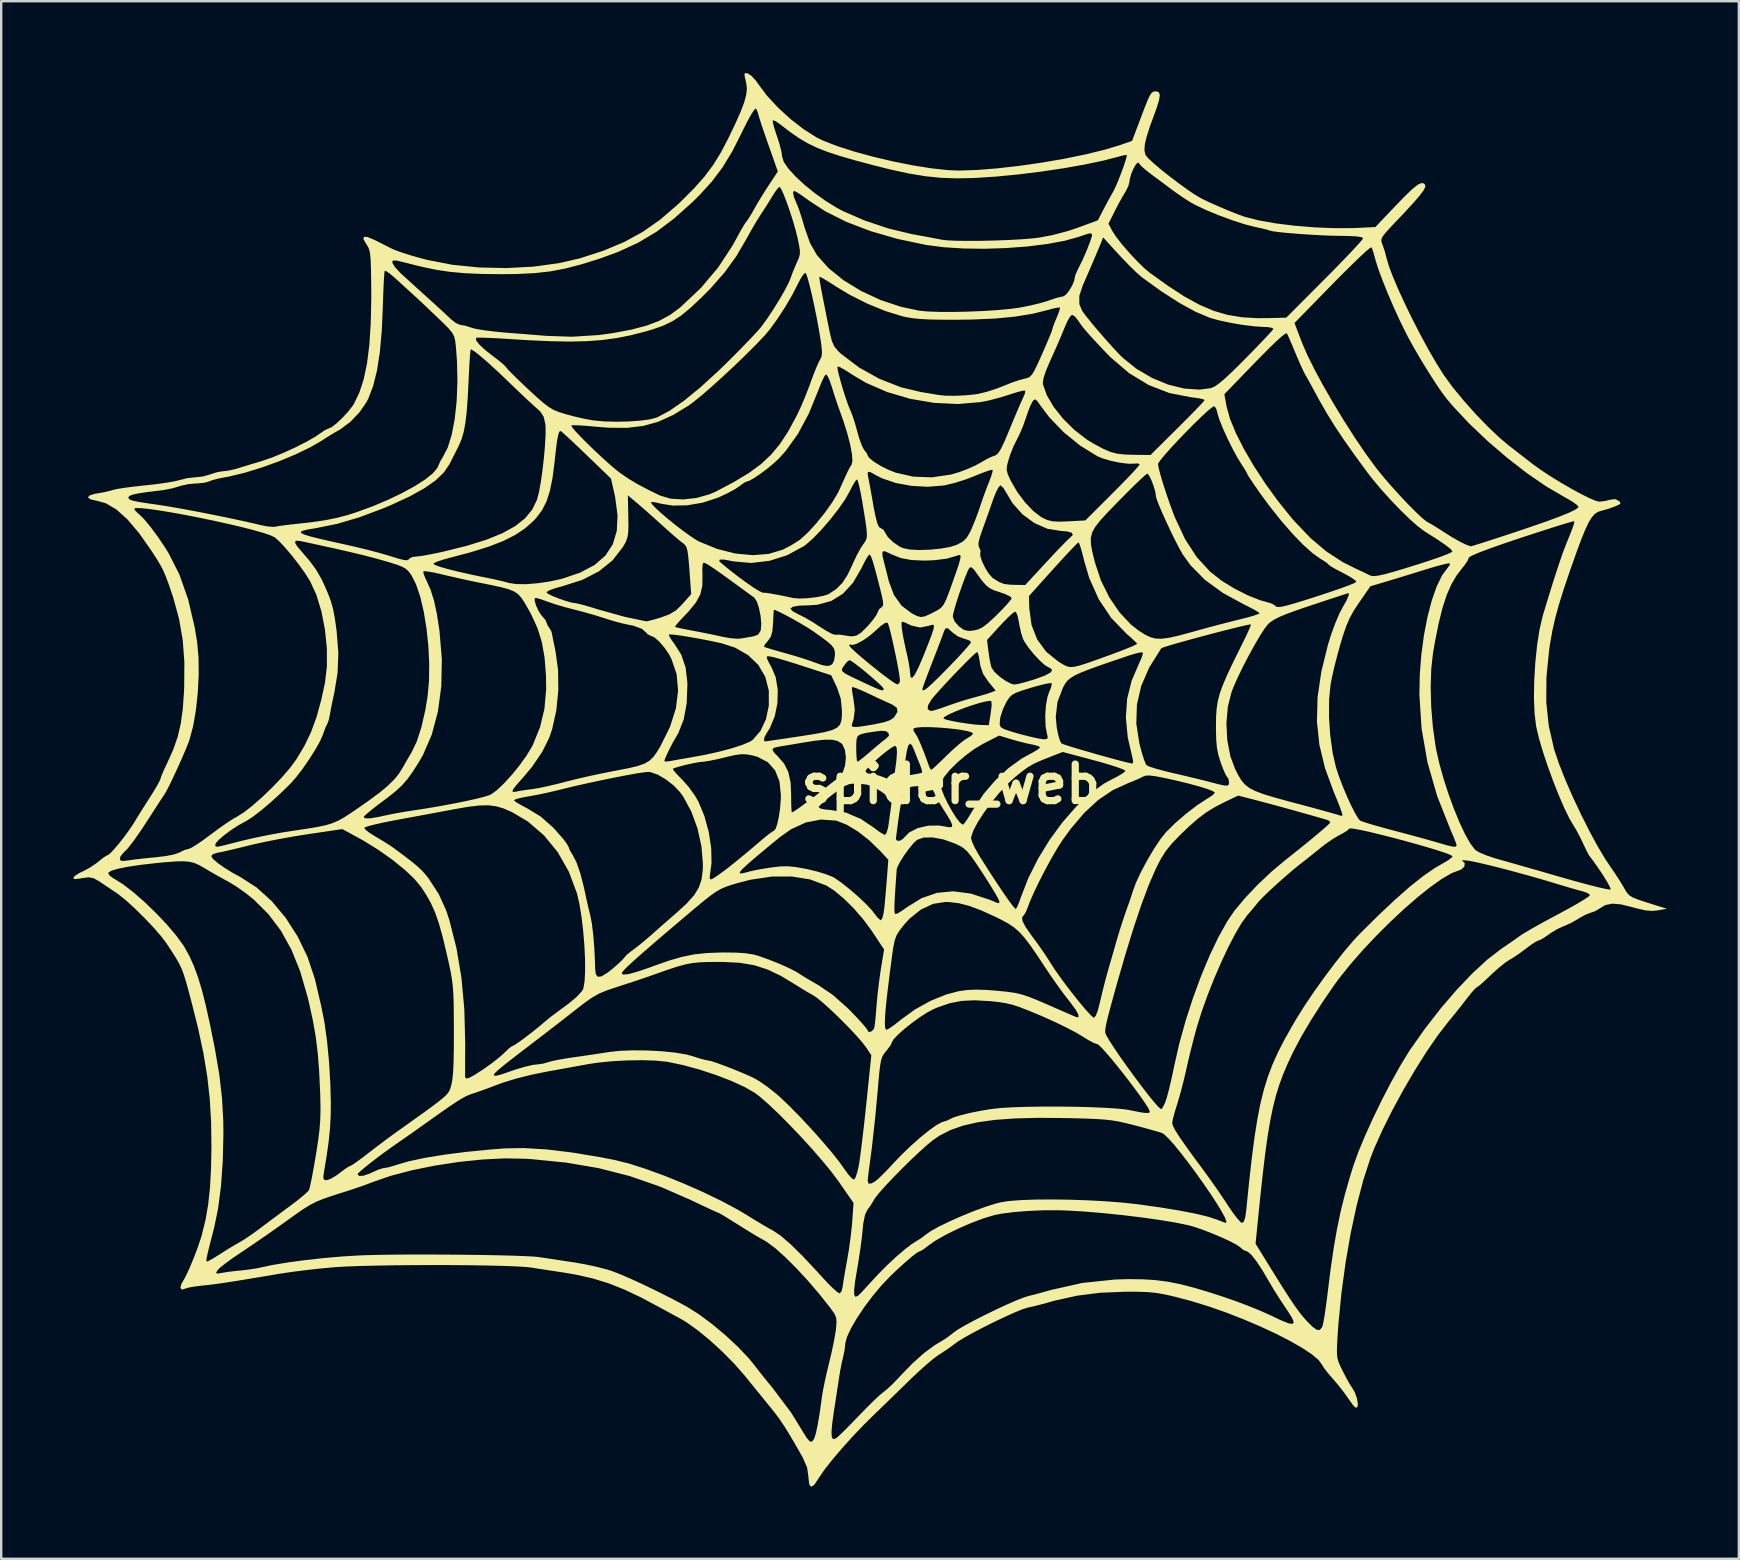
<source format=kicad_pcb>
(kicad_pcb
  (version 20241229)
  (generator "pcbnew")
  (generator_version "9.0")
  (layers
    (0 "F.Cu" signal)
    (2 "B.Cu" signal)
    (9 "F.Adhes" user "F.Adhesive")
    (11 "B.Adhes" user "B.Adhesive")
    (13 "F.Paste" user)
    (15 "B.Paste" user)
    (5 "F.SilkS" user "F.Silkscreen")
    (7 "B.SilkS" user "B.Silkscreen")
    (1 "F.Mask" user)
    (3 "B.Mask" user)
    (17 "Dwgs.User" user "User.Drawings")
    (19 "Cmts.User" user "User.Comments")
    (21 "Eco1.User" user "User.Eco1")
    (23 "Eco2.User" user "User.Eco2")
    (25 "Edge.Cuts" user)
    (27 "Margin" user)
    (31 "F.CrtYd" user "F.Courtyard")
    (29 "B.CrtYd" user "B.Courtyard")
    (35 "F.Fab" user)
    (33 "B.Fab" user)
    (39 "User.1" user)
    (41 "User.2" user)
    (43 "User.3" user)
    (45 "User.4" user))
  (footprint "spider_web"
    (layer "F.Cu")
    (at 36.574 29.628)
    (property "Reference" "spider_web" (at 0 0 0) (layer "F.SilkS") (effects (font (size 1.524 1.524) (thickness 0.3))))
    (attr board_only exclude_from_pos_files exclude_from_bom)
    (fp_poly (pts (xy -8.31 -29.52) (xy -8.124 -29.321) (xy -8.027 -29.182) (xy -7.667 -28.698) (xy -7.201 -28.196) (xy -6.672 -27.712) (xy -6.12 -27.284) (xy -5.587 -26.948) (xy -5.334 -26.823) (xy -4.731 -26.589) (xy -4.015 -26.359) (xy -3.224 -26.143) (xy -2.4 -25.949) (xy -1.581 -25.786) (xy -0.808 -25.663) (xy -0.121 -25.588) (xy 0.329 -25.569) (xy 1.083 -25.593) (xy 1.94 -25.661) (xy 2.862 -25.766) (xy 3.809 -25.902) (xy 4.742 -26.064) (xy 5.624 -26.245) (xy 6.416 -26.439) (xy 7.079 -26.639) (xy 7.102 -26.647) (xy 7.558 -26.807) (xy 7.907 -27.733) (xy 8.076 -28.179) (xy 8.2 -28.49) (xy 8.294 -28.691) (xy 8.37 -28.805) (xy 8.443 -28.857) (xy 8.527 -28.871) (xy 8.556 -28.871) (xy 8.671 -28.836) (xy 8.713 -28.718) (xy 8.68 -28.496) (xy 8.572 -28.152) (xy 8.503 -27.965) (xy 8.299 -27.407) (xy 8.163 -26.979) (xy 8.088 -26.658) (xy 8.071 -26.423) (xy 8.107 -26.249) (xy 8.128 -26.205) (xy 8.241 -26.07) (xy 8.465 -25.864) (xy 8.768 -25.608) (xy 9.121 -25.327) (xy 9.494 -25.044) (xy 9.856 -24.781) (xy 10.179 -24.563) (xy 10.431 -24.413) (xy 10.456 -24.399) (xy 10.794 -24.239) (xy 11.199 -24.06) (xy 11.618 -23.884) (xy 11.994 -23.735) (xy 12.273 -23.636) (xy 12.277 -23.635) (xy 12.849 -23.491) (xy 13.547 -23.368) (xy 14.33 -23.271) (xy 15.154 -23.203) (xy 15.978 -23.169) (xy 16.76 -23.172) (xy 16.955 -23.18) (xy 17.696 -23.216) (xy 18.574 -24.139) (xy 18.959 -24.534) (xy 19.25 -24.811) (xy 19.464 -24.979) (xy 19.615 -25.049) (xy 19.719 -25.031) (xy 19.772 -24.973) (xy 19.776 -24.887) (xy 19.705 -24.744) (xy 19.548 -24.532) (xy 19.295 -24.238) (xy 18.936 -23.848) (xy 18.648 -23.544) (xy 18.338 -23.218) (xy 18.129 -22.989) (xy 18.005 -22.829) (xy 17.95 -22.714) (xy 17.947 -22.616) (xy 17.982 -22.511) (xy 17.992 -22.486) (xy 18.088 -22.209) (xy 18.161 -21.929) (xy 18.258 -21.592) (xy 18.429 -21.139) (xy 18.66 -20.598) (xy 18.937 -19.997) (xy 19.246 -19.363) (xy 19.574 -18.726) (xy 19.906 -18.114) (xy 20.229 -17.555) (xy 20.529 -17.077) (xy 20.559 -17.033) (xy 20.92 -16.538) (xy 21.369 -15.992) (xy 21.868 -15.432) (xy 22.38 -14.901) (xy 22.869 -14.437) (xy 23.24 -14.124) (xy 23.519 -13.908) (xy 23.863 -13.641) (xy 24.204 -13.377) (xy 24.246 -13.344) (xy 24.577 -13.105) (xy 24.973 -12.843) (xy 25.404 -12.578) (xy 25.84 -12.324) (xy 26.251 -12.1) (xy 26.608 -11.921) (xy 26.881 -11.806) (xy 27.032 -11.769) (xy 27.292 -11.801) (xy 27.46 -11.848) (xy 27.689 -11.877) (xy 27.825 -11.811) (xy 27.914 -11.73) (xy 27.89 -11.669) (xy 27.731 -11.591) (xy 27.686 -11.572) (xy 27.402 -11.47) (xy 27.126 -11.393) (xy 27.118 -11.391) (xy 26.973 -11.345) (xy 26.843 -11.26) (xy 26.717 -11.12) (xy 26.586 -10.906) (xy 26.442 -10.602) (xy 26.275 -10.191) (xy 26.076 -9.654) (xy 25.836 -8.976) (xy 25.806 -8.89) (xy 25.549 -8.132) (xy 25.349 -7.491) (xy 25.194 -6.927) (xy 25.075 -6.403) (xy 24.981 -5.879) (xy 24.94 -5.605) (xy 24.826 -4.459) (xy 24.819 -3.411) (xy 24.923 -2.429) (xy 25.139 -1.48) (xy 25.163 -1.397) (xy 25.352 -0.84) (xy 25.61 -0.188) (xy 25.918 0.521) (xy 26.258 1.245) (xy 26.611 1.947) (xy 26.957 2.587) (xy 27.279 3.125) (xy 27.425 3.343) (xy 27.655 3.681) (xy 27.869 4.009) (xy 28.032 4.276) (xy 28.079 4.359) (xy 28.174 4.52) (xy 28.28 4.636) (xy 28.434 4.73) (xy 28.675 4.825) (xy 29.04 4.943) (xy 29.053 4.948) (xy 29.845 5.196) (xy 29.471 5.263) (xy 29.222 5.286) (xy 28.946 5.261) (xy 28.591 5.181) (xy 28.391 5.125) (xy 27.925 5.012) (xy 27.569 4.983) (xy 27.285 5.04) (xy 27.035 5.187) (xy 27.009 5.208) (xy 26.828 5.308) (xy 26.664 5.363) (xy 26.452 5.444) (xy 26.203 5.581) (xy 26.146 5.618) (xy 25.873 5.777) (xy 25.591 5.905) (xy 25.55 5.919) (xy 25.295 6.034) (xy 25.012 6.203) (xy 24.924 6.266) (xy 24.712 6.413) (xy 24.546 6.503) (xy 24.497 6.517) (xy 24.383 6.568) (xy 24.185 6.697) (xy 23.983 6.848) (xy 23.71 7.052) (xy 23.441 7.232) (xy 23.293 7.319) (xy 23.102 7.446) (xy 22.843 7.654) (xy 22.564 7.904) (xy 22.502 7.964) (xy 22.261 8.192) (xy 22.065 8.367) (xy 21.944 8.459) (xy 21.926 8.467) (xy 21.848 8.529) (xy 21.701 8.694) (xy 21.515 8.928) (xy 21.496 8.954) (xy 21.233 9.293) (xy 20.936 9.663) (xy 20.736 9.906) (xy 20.298 10.473) (xy 19.824 11.162) (xy 19.336 11.938) (xy 18.854 12.763) (xy 18.399 13.6) (xy 17.993 14.413) (xy 17.656 15.166) (xy 17.494 15.579) (xy 17.194 16.502) (xy 16.916 17.561) (xy 16.667 18.721) (xy 16.454 19.949) (xy 16.282 21.212) (xy 16.158 22.475) (xy 16.122 22.989) (xy 16.099 23.399) (xy 16.092 23.686) (xy 16.11 23.898) (xy 16.159 24.08) (xy 16.245 24.28) (xy 16.339 24.471) (xy 16.49 24.761) (xy 16.626 25.002) (xy 16.717 25.144) (xy 16.719 25.146) (xy 16.841 25.352) (xy 16.931 25.605) (xy 16.969 25.837) (xy 16.948 25.963) (xy 16.884 25.994) (xy 16.779 25.903) (xy 16.617 25.676) (xy 16.605 25.658) (xy 16.394 25.36) (xy 16.13 25.024) (xy 15.926 24.787) (xy 15.717 24.544) (xy 15.553 24.332) (xy 15.471 24.198) (xy 15.471 24.197) (xy 15.329 24) (xy 15.046 23.762) (xy 14.64 23.494) (xy 14.133 23.204) (xy 13.543 22.902) (xy 12.89 22.599) (xy 12.196 22.303) (xy 11.478 22.024) (xy 10.758 21.771) (xy 10.054 21.554) (xy 9.864 21.502) (xy 9.338 21.364) (xy 8.922 21.268) (xy 8.562 21.206) (xy 8.205 21.171) (xy 7.799 21.157) (xy 7.291 21.157) (xy 7.261 21.157) (xy 6.222 21.2) (xy 5.273 21.32) (xy 4.348 21.524) (xy 4.106 21.592) (xy 3.763 21.686) (xy 3.441 21.768) (xy 3.217 21.816) (xy 3.007 21.881) (xy 2.684 22.011) (xy 2.282 22.191) (xy 1.836 22.403) (xy 1.38 22.63) (xy 0.947 22.856) (xy 0.574 23.064) (xy 0.293 23.236) (xy 0.198 23.304) (xy -0.093 23.518) (xy -0.405 23.728) (xy -0.508 23.791) (xy -0.7 23.93) (xy -0.976 24.159) (xy -1.303 24.451) (xy -1.648 24.775) (xy -1.724 24.85) (xy -2.101 25.218) (xy -2.498 25.604) (xy -2.868 25.963) (xy -3.166 26.25) (xy -3.177 26.261) (xy -3.642 26.721) (xy -4.108 27.211) (xy -4.55 27.702) (xy -4.944 28.167) (xy -5.267 28.579) (xy -5.494 28.909) (xy -5.526 28.962) (xy -5.691 29.206) (xy -5.814 29.286) (xy -5.893 29.203) (xy -5.927 28.958) (xy -5.928 28.892) (xy -5.987 28.481) (xy -6.169 28.067) (xy -6.473 27.533) (xy -6.717 27.116) (xy -6.92 26.788) (xy -7.102 26.515) (xy -7.282 26.269) (xy -7.48 26.018) (xy -7.734 25.704) (xy -8.049 25.316) (xy -8.378 24.911) (xy -8.586 24.656) (xy -9.024 24.156) (xy -9.521 23.652) (xy -10.044 23.175) (xy -10.557 22.754) (xy -11.027 22.42) (xy -11.299 22.26) (xy -11.51 22.148) (xy -11.8 21.99) (xy -12.065 21.844) (xy -12.877 21.41) (xy -13.598 21.068) (xy -14.267 20.803) (xy -14.926 20.601) (xy -15.613 20.446) (xy -16.129 20.358) (xy -16.565 20.292) (xy -17.026 20.221) (xy -17.423 20.159) (xy -17.484 20.149) (xy -17.753 20.122) (xy -18.167 20.098) (xy -18.704 20.079) (xy -19.339 20.064) (xy -20.05 20.053) (xy -20.811 20.047) (xy -21.601 20.045) (xy -22.395 20.048) (xy -23.17 20.055) (xy -23.902 20.067) (xy -24.568 20.083) (xy -25.143 20.104) (xy -25.606 20.129) (xy -25.708 20.137) (xy -26.268 20.189) (xy -26.874 20.256) (xy -27.457 20.33) (xy -27.948 20.403) (xy -27.994 20.411) (xy -28.763 20.54) (xy -29.388 20.644) (xy -29.893 20.726) (xy -30.299 20.788) (xy -30.631 20.835) (xy -30.911 20.871) (xy -31.161 20.898) (xy -31.2 20.901) (xy -31.511 20.939) (xy -31.761 20.983) (xy -31.897 21.024) (xy -31.898 21.025) (xy -32.044 21.069) (xy -32.106 20.994) (xy -32.066 20.834) (xy -32.021 20.759) (xy -31.89 20.526) (xy -31.818 20.372) (xy -30.618 20.372) (xy -30.572 20.402) (xy -30.393 20.374) (xy -30.383 20.372) (xy -30.137 20.332) (xy -29.811 20.292) (xy -29.591 20.271) (xy -29.256 20.233) (xy -28.94 20.184) (xy -28.787 20.153) (xy -28.273 20.043) (xy -27.632 19.937) (xy -26.905 19.839) (xy -26.134 19.754) (xy -25.361 19.687) (xy -24.627 19.643) (xy -24.426 19.635) (xy -23.896 19.621) (xy -23.275 19.612) (xy -22.585 19.607) (xy -21.85 19.606) (xy -21.094 19.609) (xy -20.34 19.615) (xy -19.611 19.624) (xy -18.932 19.637) (xy -18.324 19.652) (xy -17.812 19.67) (xy -17.419 19.689) (xy -17.169 19.711) (xy -17.145 19.715) (xy -16.791 19.769) (xy -16.344 19.837) (xy -15.878 19.907) (xy -15.675 19.938) (xy -15.215 20.019) (xy -14.73 20.125) (xy -14.3 20.238) (xy -14.151 20.284) (xy -13.803 20.417) (xy -13.344 20.614) (xy -12.808 20.86) (xy -12.234 21.138) (xy -11.656 21.429) (xy -11.111 21.718) (xy -10.998 21.78) (xy -10.5 22.093) (xy -9.948 22.503) (xy -9.388 22.971) (xy -8.864 23.459) (xy -8.419 23.929) (xy -8.211 24.183) (xy -7.947 24.523) (xy -7.651 24.893) (xy -7.442 25.146) (xy -6.649 26.2) (xy -6.191 26.945) (xy -6.01 27.241) (xy -5.88 27.391) (xy -5.783 27.406) (xy -5.7 27.295) (xy -5.677 27.241) (xy -5.612 27.019) (xy -5.606 26.987) (xy -4.97 26.987) (xy -4.961 27.201) (xy -4.91 27.294) (xy -4.816 27.283) (xy -4.757 27.247) (xy -4.643 27.146) (xy -4.439 26.949) (xy -4.173 26.681) (xy -3.871 26.369) (xy -3.804 26.299) (xy -3.491 25.978) (xy -3.202 25.692) (xy -2.964 25.469) (xy -2.807 25.338) (xy -2.789 25.325) (xy -2.634 25.201) (xy -2.409 24.987) (xy -2.152 24.722) (xy -2.056 24.617) (xy -1.582 24.13) (xy -1.107 23.708) (xy -0.666 23.383) (xy -0.44 23.249) (xy -0.198 23.1) (xy 0.061 22.906) (xy 0.111 22.863) (xy 0.299 22.731) (xy 0.609 22.55) (xy 1.007 22.337) (xy 1.457 22.109) (xy 1.925 21.882) (xy 2.377 21.673) (xy 2.779 21.5) (xy 3.096 21.379) (xy 3.237 21.336) (xy 3.509 21.268) (xy 3.863 21.172) (xy 4.191 21.08) (xy 5.486 20.79) (xy 6.844 20.648) (xy 7.408 20.632) (xy 7.986 20.638) (xy 8.511 20.67) (xy 9.019 20.734) (xy 9.547 20.837) (xy 10.131 20.987) (xy 10.807 21.19) (xy 11.388 21.378) (xy 11.895 21.555) (xy 12.426 21.756) (xy 12.92 21.957) (xy 13.318 22.136) (xy 13.352 22.152) (xy 13.787 22.358) (xy 14.083 22.475) (xy 14.249 22.499) (xy 14.295 22.426) (xy 14.227 22.253) (xy 14.054 21.975) (xy 13.977 21.861) (xy 13.732 21.494) (xy 13.481 21.096) (xy 13.273 20.747) (xy 13.251 20.709) (xy 12.982 20.252) (xy 12.738 19.884) (xy 12.532 19.623) (xy 12.379 19.488) (xy 12.332 19.473) (xy 12.193 19.415) (xy 12.071 19.31) (xy 11.924 19.205) (xy 11.828 19.154) (xy 12.703 19.154) (xy 13.206 19.97) (xy 13.585 20.581) (xy 13.89 21.067) (xy 14.136 21.448) (xy 14.336 21.745) (xy 14.505 21.979) (xy 14.655 22.169) (xy 14.801 22.337) (xy 14.837 22.375) (xy 15.085 22.624) (xy 15.257 22.746) (xy 15.378 22.75) (xy 15.47 22.646) (xy 15.48 22.627) (xy 15.517 22.493) (xy 15.567 22.225) (xy 15.623 21.857) (xy 15.681 21.424) (xy 15.702 21.251) (xy 15.829 20.23) (xy 15.958 19.342) (xy 16.096 18.549) (xy 16.249 17.815) (xy 16.426 17.102) (xy 16.634 16.375) (xy 16.776 15.917) (xy 16.983 15.341) (xy 17.264 14.664) (xy 17.598 13.925) (xy 17.967 13.166) (xy 18.351 12.426) (xy 18.73 11.746) (xy 19.084 11.165) (xy 19.155 11.057) (xy 19.777 10.176) (xy 20.428 9.339) (xy 21.091 8.568) (xy 21.744 7.884) (xy 22.368 7.309) (xy 22.945 6.864) (xy 23.01 6.821) (xy 23.301 6.624) (xy 23.583 6.427) (xy 23.722 6.325) (xy 23.889 6.216) (xy 24.176 6.047) (xy 24.55 5.836) (xy 24.982 5.6) (xy 25.338 5.411) (xy 25.765 5.18) (xy 26.133 4.972) (xy 26.417 4.8) (xy 26.595 4.678) (xy 26.644 4.622) (xy 26.551 4.547) (xy 26.358 4.475) (xy 26.326 4.467) (xy 26.126 4.413) (xy 25.812 4.323) (xy 25.429 4.21) (xy 25.104 4.111) (xy 24.567 3.951) (xy 23.99 3.788) (xy 23.406 3.629) (xy 22.845 3.482) (xy 22.34 3.357) (xy 21.922 3.26) (xy 21.623 3.2) (xy 21.548 3.189) (xy 21.364 3.173) (xy 21.299 3.18) (xy 21.315 3.19) (xy 21.421 3.295) (xy 21.404 3.437) (xy 21.281 3.558) (xy 21.182 3.595) (xy 20.864 3.717) (xy 20.458 3.956) (xy 19.983 4.294) (xy 19.456 4.715) (xy 18.895 5.203) (xy 18.318 5.742) (xy 17.743 6.314) (xy 17.188 6.903) (xy 16.67 7.494) (xy 16.208 8.069) (xy 15.984 8.372) (xy 15.482 9.105) (xy 15.012 9.841) (xy 14.601 10.538) (xy 14.275 11.154) (xy 14.264 11.176) (xy 14.046 11.64) (xy 13.858 12.083) (xy 13.694 12.525) (xy 13.551 12.986) (xy 13.425 13.486) (xy 13.311 14.044) (xy 13.205 14.681) (xy 13.103 15.416) (xy 13.001 16.269) (xy 12.894 17.26) (xy 12.829 17.896) (xy 12.703 19.154) (xy 11.828 19.154) (xy 11.656 19.063) (xy 11.306 18.9) (xy 10.913 18.734) (xy 10.515 18.579) (xy 10.153 18.454) (xy 9.906 18.385) (xy 9.372 18.275) (xy 8.709 18.166) (xy 7.957 18.06) (xy 7.158 17.963) (xy 6.351 17.88) (xy 5.577 17.815) (xy 4.877 17.773) (xy 4.487 17.761) (xy 3.854 17.763) (xy 3.217 17.79) (xy 2.621 17.838) (xy 2.114 17.904) (xy 1.82 17.962) (xy 1.357 18.101) (xy 0.834 18.299) (xy 0.297 18.533) (xy -0.21 18.783) (xy -0.641 19.029) (xy -0.929 19.231) (xy -1.123 19.378) (xy -1.268 19.464) (xy -1.301 19.473) (xy -1.408 19.53) (xy -1.613 19.686) (xy -1.89 19.923) (xy -2.217 20.22) (xy -2.526 20.514) (xy -2.896 20.904) (xy -3.264 21.345) (xy -3.61 21.807) (xy -3.914 22.263) (xy -4.16 22.685) (xy -4.326 23.044) (xy -4.396 23.311) (xy -4.396 23.326) (xy -4.425 23.59) (xy -4.485 23.874) (xy -4.486 23.877) (xy -4.546 24.13) (xy -4.61 24.462) (xy -4.646 24.681) (xy -4.691 24.982) (xy -4.754 25.389) (xy -4.823 25.84) (xy -4.869 26.139) (xy -4.939 26.638) (xy -4.97 26.987) (xy -5.606 26.987) (xy -5.539 26.667) (xy -5.464 26.224) (xy -5.394 25.728) (xy -5.374 25.569) (xy -5.329 25.29) (xy -5.252 24.904) (xy -5.155 24.472) (xy -5.082 24.172) (xy -4.977 23.734) (xy -4.883 23.295) (xy -4.814 22.917) (xy -4.786 22.727) (xy -4.76 22.435) (xy -4.776 22.238) (xy -4.854 22.063) (xy -5.014 21.838) (xy -5.041 21.804) (xy -5.5 21.226) (xy -5.978 20.67) (xy -6.454 20.157) (xy -6.906 19.707) (xy -7.314 19.343) (xy -7.655 19.087) (xy -7.789 19.008) (xy -7.986 18.898) (xy -8.279 18.724) (xy -8.624 18.512) (xy -8.866 18.36) (xy -9.185 18.16) (xy -9.449 17.998) (xy -9.627 17.894) (xy -9.687 17.865) (xy -9.774 17.83) (xy -9.985 17.735) (xy -10.294 17.591) (xy -10.671 17.413) (xy -10.854 17.325) (xy -12.116 16.775) (xy -13.371 16.339) (xy -14.659 16.009) (xy -16.017 15.776) (xy -17.482 15.63) (xy -17.738 15.614) (xy -18.59 15.599) (xy -19.532 15.647) (xy -20.52 15.75) (xy -21.513 15.902) (xy -22.467 16.097) (xy -23.341 16.327) (xy -24.092 16.587) (xy -24.13 16.602) (xy -24.378 16.696) (xy -24.731 16.819) (xy -25.132 16.952) (xy -25.358 17.024) (xy -25.813 17.169) (xy -26.163 17.291) (xy -26.45 17.409) (xy -26.715 17.546) (xy -26.997 17.722) (xy -27.339 17.958) (xy -27.728 18.238) (xy -28.185 18.564) (xy -28.687 18.914) (xy -29.174 19.248) (xy -29.587 19.525) (xy -29.602 19.535) (xy -29.946 19.769) (xy -30.242 19.985) (xy -30.459 20.159) (xy -30.563 20.264) (xy -30.618 20.372) (xy -31.818 20.372) (xy -31.729 20.18) (xy -31.556 19.767) (xy -31.392 19.335) (xy -31.255 18.931) (xy -31.215 18.796) (xy -31.062 18.178) (xy -30.949 17.528) (xy -30.872 16.813) (xy -30.828 15.996) (xy -30.812 15.155) (xy -30.825 14.107) (xy -30.881 13.132) (xy -30.986 12.184) (xy -31.146 11.216) (xy -31.367 10.182) (xy -31.616 9.186) (xy -31.757 8.652) (xy -31.868 8.247) (xy -31.965 7.935) (xy -32.06 7.683) (xy -32.17 7.455) (xy -32.309 7.217) (xy -32.49 6.934) (xy -32.675 6.653) (xy -32.906 6.345) (xy -33.23 5.972) (xy -33.609 5.572) (xy -34.006 5.181) (xy -34.383 4.839) (xy -34.703 4.582) (xy -34.77 4.536) (xy -35.06 4.342) (xy -35.329 4.162) (xy -35.501 4.046) (xy -35.722 3.923) (xy -35.94 3.885) (xy -36.227 3.922) (xy -36.301 3.938) (xy -36.508 3.962) (xy -36.574 3.92) (xy -36.508 3.829) (xy -36.315 3.707) (xy -36.303 3.701) (xy -35.115 3.701) (xy -35.069 3.8) (xy -34.914 3.918) (xy -34.867 3.944) (xy -34.499 4.173) (xy -34.065 4.508) (xy -33.594 4.92) (xy -33.119 5.378) (xy -32.672 5.85) (xy -32.284 6.306) (xy -31.985 6.715) (xy -31.933 6.799) (xy -31.731 7.166) (xy -31.549 7.569) (xy -31.379 8.027) (xy -31.216 8.563) (xy -31.054 9.198) (xy -30.885 9.953) (xy -30.704 10.85) (xy -30.657 11.092) (xy -30.481 12.132) (xy -30.371 13.093) (xy -30.319 14.048) (xy -30.313 14.563) (xy -30.339 15.7) (xy -30.414 16.75) (xy -30.535 17.689) (xy -30.7 18.489) (xy -30.701 18.492) (xy -30.832 19.003) (xy -30.926 19.372) (xy -30.985 19.623) (xy -31.016 19.779) (xy -31.023 19.861) (xy -31.01 19.892) (xy -30.992 19.897) (xy -30.895 19.854) (xy -30.698 19.741) (xy -30.441 19.581) (xy -30.411 19.561) (xy -30.111 19.372) (xy -29.828 19.202) (xy -29.631 19.091) (xy -29.441 18.976) (xy -29.168 18.792) (xy -28.865 18.574) (xy -28.788 18.516) (xy -28.443 18.257) (xy -28.034 17.952) (xy -27.633 17.655) (xy -27.515 17.568) (xy -27.214 17.34) (xy -26.964 17.134) (xy -26.796 16.98) (xy -26.749 16.922) (xy -26.711 16.794) (xy -26.653 16.531) (xy -26.582 16.164) (xy -26.504 15.725) (xy -26.456 15.44) (xy -26.368 14.871) (xy -26.309 14.409) (xy -26.277 13.996) (xy -26.266 13.572) (xy -26.274 13.081) (xy -26.282 12.827) (xy -26.323 11.96) (xy -26.382 11.209) (xy -26.467 10.521) (xy -26.586 9.843) (xy -26.744 9.121) (xy -26.808 8.859) (xy -27.112 7.811) (xy -27.476 6.904) (xy -27.912 6.117) (xy -28.432 5.427) (xy -29.046 4.815) (xy -29.379 4.547) (xy -29.746 4.286) (xy -30.073 4.085) (xy -30.099 4.072) (xy -30.463 3.873) (xy -30.857 3.648) (xy -31.086 3.512) (xy -31.317 3.379) (xy -31.524 3.287) (xy -31.742 3.234) (xy -32.007 3.215) (xy -32.352 3.226) (xy -32.813 3.263) (xy -33.105 3.291) (xy -33.748 3.364) (xy -34.286 3.444) (xy -34.702 3.527) (xy -34.982 3.611) (xy -35.11 3.692) (xy -35.115 3.701) (xy -36.303 3.701) (xy -36.186 3.645) (xy -35.88 3.483) (xy -35.585 3.283) (xy -35.506 3.218) (xy -35.366 3.106) (xy -34.629 3.106) (xy -34.6 3.186) (xy -34.485 3.206) (xy -34.269 3.179) (xy -34.018 3.144) (xy -33.663 3.102) (xy -33.265 3.062) (xy -33.123 3.049) (xy -32.727 3.001) (xy -30.819 3.001) (xy -30.748 3.117) (xy -30.553 3.288) (xy -30.265 3.491) (xy -29.912 3.707) (xy -29.612 3.87) (xy -28.936 4.303) (xy -28.299 4.878) (xy -27.72 5.571) (xy -27.216 6.356) (xy -26.806 7.208) (xy -26.507 8.102) (xy -26.459 8.297) (xy -26.377 8.652) (xy -26.3 8.982) (xy -26.243 9.22) (xy -26.241 9.229) (xy -26.107 9.898) (xy -25.996 10.693) (xy -25.91 11.574) (xy -25.857 12.496) (xy -25.851 12.658) (xy -25.837 13.284) (xy -25.843 13.832) (xy -25.87 14.35) (xy -25.925 14.886) (xy -26.009 15.488) (xy -26.128 16.205) (xy -26.133 16.235) (xy -26.151 16.425) (xy -26.098 16.5) (xy -26.014 16.51) (xy -25.857 16.459) (xy -25.633 16.329) (xy -25.533 16.257) (xy -24.723 16.257) (xy -24.656 16.332) (xy -24.475 16.321) (xy -24.209 16.229) (xy -24.088 16.171) (xy -23.85 16.066) (xy -23.657 16.007) (xy -23.615 16.002) (xy -23.452 15.975) (xy -23.208 15.906) (xy -23.106 15.872) (xy -22.585 15.72) (xy -21.914 15.577) (xy -21.113 15.446) (xy -20.204 15.33) (xy -19.204 15.231) (xy -18.586 15.183) (xy -17.789 15.169) (xy -16.849 15.226) (xy -15.78 15.354) (xy -14.59 15.552) (xy -13.988 15.67) (xy -13.392 15.82) (xy -12.69 16.045) (xy -11.918 16.328) (xy -11.115 16.653) (xy -10.317 17.006) (xy -9.561 17.371) (xy -8.885 17.732) (xy -8.509 17.956) (xy -8.151 18.177) (xy -7.807 18.383) (xy -7.526 18.544) (xy -7.408 18.608) (xy -7.091 18.819) (xy -6.681 19.172) (xy -6.178 19.666) (xy -5.582 20.301) (xy -5.388 20.516) (xy -5.12 20.804) (xy -4.887 21.034) (xy -4.713 21.183) (xy -4.626 21.228) (xy -4.549 21.129) (xy -4.534 21.067) (xy -4.026 21.067) (xy -4.023 21.283) (xy -3.973 21.367) (xy -3.872 21.331) (xy -3.72 21.185) (xy -3.698 21.161) (xy -3.499 20.941) (xy -3.24 20.661) (xy -2.996 20.399) (xy -2.654 20.053) (xy -2.29 19.714) (xy -1.94 19.412) (xy -1.637 19.178) (xy -1.439 19.053) (xy -1.207 18.907) (xy -1.055 18.787) (xy -0.833 18.631) (xy -0.487 18.439) (xy -0.05 18.226) (xy 0.439 18.009) (xy 0.947 17.802) (xy 1.436 17.622) (xy 1.872 17.483) (xy 2.078 17.43) (xy 2.432 17.375) (xy 2.926 17.338) (xy 3.528 17.316) (xy 4.21 17.311) (xy 4.941 17.321) (xy 5.693 17.346) (xy 6.434 17.386) (xy 7.137 17.44) (xy 7.77 17.508) (xy 7.832 17.516) (xy 8.733 17.643) (xy 9.523 17.772) (xy 10.188 17.901) (xy 10.714 18.027) (xy 11.086 18.147) (xy 11.111 18.157) (xy 11.319 18.24) (xy 11.452 18.285) (xy 11.468 18.288) (xy 11.489 18.225) (xy 11.42 18.05) (xy 11.274 17.783) (xy 11.067 17.445) (xy 10.812 17.055) (xy 10.523 16.635) (xy 10.216 16.204) (xy 9.905 15.783) (xy 9.604 15.393) (xy 9.327 15.053) (xy 9.09 14.784) (xy 8.906 14.607) (xy 8.815 14.547) (xy 8.646 14.492) (xy 8.356 14.408) (xy 7.985 14.306) (xy 7.62 14.21) (xy 7.293 14.128) (xy 9.229 14.128) (xy 9.259 14.243) (xy 9.356 14.429) (xy 9.528 14.701) (xy 9.783 15.069) (xy 10.128 15.546) (xy 10.498 16.044) (xy 10.799 16.458) (xy 11.125 16.924) (xy 11.425 17.367) (xy 11.543 17.547) (xy 11.752 17.855) (xy 11.939 18.1) (xy 12.081 18.253) (xy 12.141 18.288) (xy 12.217 18.233) (xy 12.274 18.055) (xy 12.318 17.73) (xy 12.319 17.716) (xy 12.434 16.583) (xy 12.545 15.598) (xy 12.656 14.742) (xy 12.773 13.995) (xy 12.901 13.337) (xy 13.046 12.747) (xy 13.212 12.206) (xy 13.405 11.694) (xy 13.631 11.191) (xy 13.895 10.675) (xy 14.201 10.129) (xy 14.417 9.762) (xy 14.748 9.234) (xy 15.139 8.654) (xy 15.566 8.057) (xy 16 7.477) (xy 16.417 6.951) (xy 16.79 6.513) (xy 16.991 6.297) (xy 17.793 5.5) (xy 18.503 4.83) (xy 19.13 4.278) (xy 19.684 3.837) (xy 20.174 3.498) (xy 20.511 3.304) (xy 20.735 3.172) (xy 20.881 3.057) (xy 20.912 3.007) (xy 20.834 2.955) (xy 20.619 2.871) (xy 20.292 2.763) (xy 19.88 2.638) (xy 19.408 2.502) (xy 18.903 2.362) (xy 18.391 2.226) (xy 17.897 2.101) (xy 17.449 1.993) (xy 17.072 1.91) (xy 16.792 1.859) (xy 16.635 1.845) (xy 16.611 1.855) (xy 16.524 1.938) (xy 16.336 2.054) (xy 16.225 2.111) (xy 15.961 2.262) (xy 15.651 2.474) (xy 15.428 2.645) (xy 15.107 2.905) (xy 14.754 3.186) (xy 14.55 3.344) (xy 14.281 3.561) (xy 13.963 3.834) (xy 13.628 4.131) (xy 13.309 4.423) (xy 13.039 4.681) (xy 12.852 4.874) (xy 12.801 4.934) (xy 12.685 5.079) (xy 12.502 5.296) (xy 12.351 5.473) (xy 12.119 5.792) (xy 11.853 6.244) (xy 11.564 6.801) (xy 11.268 7.433) (xy 10.975 8.11) (xy 10.701 8.804) (xy 10.457 9.485) (xy 10.257 10.125) (xy 10.247 10.16) (xy 10.116 10.647) (xy 9.979 11.191) (xy 9.858 11.701) (xy 9.818 11.884) (xy 9.713 12.334) (xy 9.591 12.808) (xy 9.472 13.226) (xy 9.434 13.347) (xy 9.335 13.668) (xy 9.263 13.94) (xy 9.229 14.113) (xy 9.229 14.128) (xy 7.293 14.128) (xy 7.283 14.125) (xy 6.988 14.061) (xy 6.703 14.014) (xy 6.393 13.98) (xy 6.025 13.956) (xy 5.564 13.938) (xy 4.977 13.923) (xy 4.784 13.919) (xy 3.656 13.909) (xy 2.679 13.934) (xy 1.838 13.995) (xy 1.117 14.095) (xy 0.502 14.237) (xy -0.024 14.423) (xy -0.475 14.656) (xy -0.746 14.842) (xy -1.001 15.052) (xy -1.32 15.339) (xy -1.676 15.676) (xy -2.044 16.039) (xy -2.401 16.403) (xy -2.72 16.741) (xy -2.977 17.029) (xy -3.147 17.241) (xy -3.193 17.314) (xy -3.332 17.55) (xy -3.47 17.738) (xy -3.573 17.946) (xy -3.645 18.307) (xy -3.671 18.559) (xy -3.708 18.922) (xy -3.769 19.383) (xy -3.844 19.874) (xy -3.899 20.198) (xy -3.984 20.709) (xy -4.026 21.067) (xy -4.534 21.067) (xy -4.505 20.948) (xy -4.479 20.76) (xy -4.429 20.455) (xy -4.363 20.083) (xy -4.321 19.854) (xy -4.241 19.377) (xy -4.169 18.848) (xy -4.117 18.362) (xy -4.106 18.232) (xy -4.052 17.456) (xy -4.691 16.537) (xy -3.461 16.537) (xy -3.425 16.653) (xy -3.31 16.644) (xy -3.168 16.57) (xy -3.038 16.466) (xy -2.83 16.266) (xy -2.576 16.004) (xy -2.399 15.813) (xy -2.045 15.443) (xy -1.663 15.077) (xy -1.279 14.736) (xy -0.92 14.444) (xy -0.613 14.224) (xy -0.387 14.098) (xy -0.339 14.082) (xy -0.144 14.019) (xy -0.042 13.967) (xy 0.129 13.888) (xy 0.427 13.797) (xy 0.81 13.703) (xy 1.237 13.617) (xy 1.667 13.546) (xy 2.059 13.501) (xy 2.074 13.5) (xy 2.571 13.47) (xy 3.159 13.451) (xy 3.808 13.441) (xy 4.487 13.44) (xy 5.167 13.448) (xy 5.817 13.465) (xy 6.406 13.489) (xy 6.905 13.521) (xy 7.282 13.559) (xy 7.435 13.584) (xy 7.832 13.665) (xy 8.091 13.705) (xy 8.236 13.708) (xy 8.293 13.674) (xy 8.297 13.652) (xy 8.247 13.531) (xy 8.108 13.309) (xy 7.901 13.01) (xy 7.645 12.66) (xy 7.359 12.282) (xy 7.062 11.903) (xy 6.774 11.547) (xy 6.514 11.238) (xy 6.301 11.002) (xy 6.155 10.863) (xy 6.107 10.837) (xy 5.971 10.792) (xy 5.745 10.674) (xy 5.476 10.509) (xy 5.462 10.499) (xy 5.208 10.35) (xy 6.435 10.35) (xy 6.483 10.472) (xy 6.616 10.701) (xy 6.817 11.01) (xy 7.068 11.378) (xy 7.352 11.778) (xy 7.65 12.188) (xy 7.946 12.584) (xy 8.222 12.941) (xy 8.46 13.236) (xy 8.643 13.444) (xy 8.754 13.542) (xy 8.768 13.547) (xy 8.84 13.472) (xy 8.932 13.278) (xy 9.006 13.06) (xy 9.087 12.756) (xy 9.183 12.353) (xy 9.278 11.918) (xy 9.317 11.726) (xy 9.527 10.805) (xy 9.79 9.858) (xy 10.097 8.912) (xy 10.434 7.996) (xy 10.792 7.139) (xy 11.16 6.37) (xy 11.526 5.717) (xy 11.818 5.286) (xy 12.258 4.757) (xy 12.792 4.194) (xy 13.371 3.647) (xy 13.916 3.189) (xy 14.378 2.823) (xy 14.807 2.477) (xy 15.184 2.168) (xy 15.49 1.909) (xy 15.705 1.719) (xy 15.81 1.614) (xy 15.816 1.603) (xy 15.77 1.53) (xy 15.689 1.493) (xy 15.284 1.375) (xy 14.778 1.232) (xy 14.223 1.076) (xy 13.67 0.924) (xy 13.171 0.789) (xy 12.778 0.685) (xy 12.742 0.675) (xy 11.979 0.48) (xy 11.429 0.742) (xy 11.009 0.957) (xy 10.644 1.182) (xy 10.291 1.448) (xy 9.905 1.788) (xy 9.56 2.12) (xy 9.22 2.471) (xy 8.967 2.783) (xy 8.755 3.118) (xy 8.54 3.54) (xy 8.531 3.559) (xy 8.257 4.191) (xy 7.958 4.988) (xy 7.635 5.946) (xy 7.289 7.064) (xy 6.92 8.337) (xy 6.779 8.848) (xy 6.643 9.344) (xy 6.548 9.706) (xy 6.486 9.963) (xy 6.451 10.145) (xy 6.437 10.279) (xy 6.435 10.35) (xy 5.208 10.35) (xy 5.198 10.344) (xy 4.821 10.147) (xy 4.375 9.93) (xy 3.903 9.716) (xy 3.739 9.645) (xy 3.251 9.442) (xy 2.875 9.296) (xy 2.567 9.195) (xy 2.282 9.128) (xy 1.98 9.082) (xy 1.644 9.047) (xy 1 9.01) (xy 0.459 9.035) (xy -0.036 9.131) (xy -0.544 9.305) (xy -0.727 9.383) (xy -0.988 9.522) (xy -1.297 9.722) (xy -1.622 9.958) (xy -1.931 10.205) (xy -2.194 10.438) (xy -2.379 10.632) (xy -2.455 10.761) (xy -2.455 10.768) (xy -2.507 10.883) (xy -2.637 11.061) (xy -2.693 11.128) (xy -2.784 11.24) (xy -2.852 11.358) (xy -2.903 11.51) (xy -2.943 11.728) (xy -2.98 12.043) (xy -3.02 12.483) (xy -3.038 12.705) (xy -3.153 13.938) (xy -3.291 15.172) (xy -3.437 16.277) (xy -3.461 16.537) (xy -4.691 16.537) (xy -4.694 16.534) (xy -4.983 16.147) (xy -5.355 15.695) (xy -5.784 15.202) (xy -6.246 14.695) (xy -6.719 14.199) (xy -7.176 13.739) (xy -7.594 13.342) (xy -7.95 13.032) (xy -8.163 12.87) (xy -8.592 12.623) (xy -9.147 12.369) (xy -9.786 12.123) (xy -10.469 11.899) (xy -11.152 11.712) (xy -11.795 11.578) (xy -11.823 11.573) (xy -12.273 11.526) (xy -12.837 11.507) (xy -13.465 11.516) (xy -14.104 11.55) (xy -14.704 11.609) (xy -15.113 11.671) (xy -15.387 11.721) (xy -15.78 11.793) (xy -16.243 11.876) (xy -16.728 11.964) (xy -16.831 11.982) (xy -17.483 12.116) (xy -18.11 12.273) (xy -18.65 12.438) (xy -18.82 12.5) (xy -19.201 12.644) (xy -19.564 12.776) (xy -19.853 12.877) (xy -19.947 12.907) (xy -20.082 12.955) (xy -20.228 13.021) (xy -20.404 13.118) (xy -20.629 13.26) (xy -20.924 13.458) (xy -21.308 13.726) (xy -21.803 14.077) (xy -22.013 14.227) (xy -22.339 14.458) (xy -22.634 14.667) (xy -22.858 14.823) (xy -22.945 14.883) (xy -23.273 15.11) (xy -23.623 15.362) (xy -23.965 15.618) (xy -24.273 15.857) (xy -24.52 16.058) (xy -24.678 16.2) (xy -24.723 16.257) (xy -25.533 16.257) (xy -25.475 16.214) (xy -25.259 16.052) (xy -25.094 15.944) (xy -25.033 15.918) (xy -24.939 15.869) (xy -24.746 15.736) (xy -24.486 15.544) (xy -24.313 15.411) (xy -23.944 15.127) (xy -23.541 14.824) (xy -23.179 14.558) (xy -23.098 14.5) (xy -22.497 14.072) (xy -22.018 13.729) (xy -21.647 13.46) (xy -21.369 13.251) (xy -21.169 13.09) (xy -21.032 12.964) (xy -20.944 12.86) (xy -20.889 12.765) (xy -20.852 12.667) (xy -20.818 12.554) (xy -20.817 12.549) (xy -20.774 12.338) (xy -20.742 12.031) (xy -20.721 11.611) (xy -20.71 11.059) (xy -20.708 10.359) (xy -20.708 10.245) (xy -20.711 9.624) (xy -20.717 9.138) (xy -20.73 8.749) (xy -20.754 8.423) (xy -20.79 8.123) (xy -20.844 7.814) (xy -20.919 7.46) (xy -21.018 7.026) (xy -21.025 6.993) (xy -21.185 6.332) (xy -21.334 5.801) (xy -21.486 5.363) (xy -21.656 4.981) (xy -21.858 4.619) (xy -22.07 4.292) (xy -22.356 3.948) (xy -22.766 3.561) (xy -23.27 3.154) (xy -23.838 2.752) (xy -24.439 2.378) (xy -24.68 2.243) (xy -25.358 1.875) (xy -26.797 2.088) (xy -27.373 2.18) (xy -27.985 2.289) (xy -28.574 2.406) (xy -29.08 2.517) (xy -29.252 2.559) (xy -29.672 2.663) (xy -30.057 2.754) (xy -30.363 2.823) (xy -30.544 2.857) (xy -30.731 2.912) (xy -30.818 2.993) (xy -30.819 3.001) (xy -32.727 3.001) (xy -32.703 2.998) (xy -32.365 2.93) (xy -32.15 2.855) (xy -32.131 2.844) (xy -31.93 2.744) (xy -31.781 2.709) (xy -31.659 2.66) (xy -31.437 2.526) (xy -31.421 2.515) (xy -30.649 2.515) (xy -30.649 2.57) (xy -30.631 2.602) (xy -30.569 2.61) (xy -30.437 2.588) (xy -30.208 2.533) (xy -29.856 2.443) (xy -29.582 2.372) (xy -29.107 2.26) (xy -28.536 2.141) (xy -27.942 2.031) (xy -27.407 1.945) (xy -26.829 1.859) (xy -26.604 1.822) (xy -24.441 1.822) (xy -24.388 1.904) (xy -24.221 2.035) (xy -23.982 2.184) (xy -23.682 2.361) (xy -23.402 2.537) (xy -23.241 2.646) (xy -22.794 2.978) (xy -22.459 3.235) (xy -22.211 3.442) (xy -22.024 3.62) (xy -21.871 3.792) (xy -21.759 3.937) (xy -21.339 4.585) (xy -21.032 5.258) (xy -20.896 5.67) (xy -20.599 6.844) (xy -20.393 8.07) (xy -20.273 9.379) (xy -20.236 10.804) (xy -20.236 10.922) (xy -20.239 11.363) (xy -20.24 11.742) (xy -20.24 12.029) (xy -20.24 12.191) (xy -20.239 12.213) (xy -20.199 12.271) (xy -20.08 12.246) (xy -19.884 12.143) (xy -19.041 12.143) (xy -19.036 12.15) (xy -18.933 12.154) (xy -18.736 12.104) (xy -18.658 12.077) (xy -18.19 11.913) (xy -17.768 11.786) (xy -17.43 11.706) (xy -17.24 11.684) (xy -17 11.653) (xy -16.791 11.593) (xy -16.605 11.542) (xy -16.301 11.48) (xy -15.929 11.417) (xy -15.706 11.384) (xy -15.259 11.321) (xy -14.795 11.252) (xy -14.391 11.189) (xy -14.266 11.169) (xy -13.802 11.117) (xy -13.247 11.096) (xy -12.647 11.102) (xy -12.047 11.134) (xy -11.493 11.19) (xy -11.03 11.267) (xy -10.777 11.335) (xy -10.486 11.428) (xy -10.249 11.493) (xy -10.127 11.515) (xy -9.983 11.546) (xy -9.723 11.632) (xy -9.383 11.756) (xy -9.001 11.906) (xy -8.615 12.066) (xy -8.263 12.222) (xy -8.222 12.241) (xy -7.957 12.395) (xy -7.625 12.628) (xy -7.279 12.903) (xy -7.112 13.049) (xy -6.716 13.426) (xy -6.277 13.873) (xy -5.823 14.359) (xy -5.382 14.852) (xy -4.984 15.32) (xy -4.656 15.731) (xy -4.453 16.014) (xy -4.279 16.257) (xy -4.129 16.425) (xy -4.034 16.486) (xy -4.03 16.485) (xy -3.968 16.392) (xy -3.896 16.178) (xy -3.834 15.91) (xy -3.796 15.669) (xy -3.745 15.292) (xy -3.685 14.81) (xy -3.62 14.255) (xy -3.555 13.659) (xy -3.521 13.335) (xy -3.31 11.303) (xy -3.515 10.991) (xy -3.692 10.759) (xy -3.957 10.457) (xy -4.28 10.114) (xy -4.633 9.759) (xy -4.985 9.42) (xy -5.307 9.128) (xy -5.57 8.912) (xy -5.715 8.814) (xy -5.998 8.652) (xy -6.315 8.459) (xy -6.435 8.382) (xy -7.065 8) (xy -7.633 7.728) (xy -8.19 7.549) (xy -8.789 7.449) (xy -9.481 7.412) (xy -9.694 7.411) (xy -10.131 7.415) (xy -10.482 7.429) (xy -10.789 7.462) (xy -11.092 7.522) (xy -11.431 7.617) (xy -11.847 7.755) (xy -12.38 7.943) (xy -12.396 7.949) (xy -12.796 8.088) (xy -13.276 8.249) (xy -13.754 8.405) (xy -13.928 8.461) (xy -14.33 8.595) (xy -14.646 8.726) (xy -14.929 8.884) (xy -15.238 9.099) (xy -15.547 9.337) (xy -15.893 9.609) (xy -16.329 9.948) (xy -16.807 10.317) (xy -17.281 10.681) (xy -17.478 10.832) (xy -17.994 11.226) (xy -18.388 11.532) (xy -18.676 11.76) (xy -18.871 11.923) (xy -18.987 12.033) (xy -19.039 12.102) (xy -19.041 12.143) (xy -19.884 12.143) (xy -19.865 12.133) (xy -19.538 11.923) (xy -19.448 11.863) (xy -19.132 11.637) (xy -18.84 11.409) (xy -18.624 11.22) (xy -18.59 11.185) (xy -18.422 11.023) (xy -18.298 10.93) (xy -18.273 10.922) (xy -18.175 10.872) (xy -17.98 10.74) (xy -17.723 10.551) (xy -17.436 10.331) (xy -17.155 10.104) (xy -16.955 9.935) (xy -16.694 9.719) (xy -16.413 9.507) (xy -16.379 9.483) (xy -15.917 9.142) (xy -15.577 8.854) (xy -15.37 8.628) (xy -15.312 8.52) (xy -15.261 8.225) (xy -15.238 7.799) (xy -15.242 7.28) (xy -15.27 6.706) (xy -15.32 6.111) (xy -15.388 5.533) (xy -15.473 5.01) (xy -15.572 4.576) (xy -15.58 4.548) (xy -15.919 3.645) (xy -16.38 2.837) (xy -16.952 2.137) (xy -17.622 1.561) (xy -18.288 1.167) (xy -18.628 1.018) (xy -18.945 0.925) (xy -19.278 0.883) (xy -19.663 0.893) (xy -20.138 0.951) (xy -20.713 1.052) (xy -21.264 1.155) (xy -21.903 1.274) (xy -22.552 1.394) (xy -23.134 1.501) (xy -23.149 1.504) (xy -23.59 1.59) (xy -23.967 1.673) (xy -24.252 1.746) (xy -24.415 1.802) (xy -24.441 1.822) (xy -26.604 1.822) (xy -26.385 1.785) (xy -26.042 1.712) (xy -25.766 1.628) (xy -25.524 1.524) (xy -25.281 1.387) (xy -25.258 1.372) (xy -24.469 1.372) (xy -24.405 1.428) (xy -24.207 1.428) (xy -23.865 1.372) (xy -23.606 1.316) (xy -23.233 1.238) (xy -22.795 1.159) (xy -22.437 1.103) (xy -21.869 1.017) (xy -21.287 0.918) (xy -20.721 0.813) (xy -20.198 0.707) (xy -20.047 0.673) (xy -18.203 0.673) (xy -18.133 0.74) (xy -17.947 0.854) (xy -17.684 0.994) (xy -17.645 1.014) (xy -17.086 1.356) (xy -16.556 1.824) (xy -16.15 2.286) (xy -16.008 2.479) (xy -15.925 2.621) (xy -15.917 2.651) (xy -15.873 2.766) (xy -15.765 2.943) (xy -15.76 2.95) (xy -15.6 3.256) (xy -15.442 3.71) (xy -15.292 4.289) (xy -15.24 4.53) (xy -15.161 4.897) (xy -15.072 5.276) (xy -15.025 5.461) (xy -14.96 5.796) (xy -14.903 6.255) (xy -14.858 6.793) (xy -14.829 7.363) (xy -14.821 7.684) (xy -14.794 7.922) (xy -14.709 8.031) (xy -14.552 8.012) (xy -14.35 7.888) (xy -13.716 7.888) (xy -13.646 7.941) (xy -13.436 7.92) (xy -13.081 7.825) (xy -12.578 7.654) (xy -12.404 7.59) (xy -11.758 7.362) (xy -11.208 7.202) (xy -10.7 7.098) (xy -10.179 7.041) (xy -9.59 7.019) (xy -9.491 7.018) (xy -8.948 7.024) (xy -8.534 7.052) (xy -8.21 7.105) (xy -8.02 7.158) (xy -7.579 7.315) (xy -7.139 7.491) (xy -6.747 7.665) (xy -6.448 7.818) (xy -6.35 7.879) (xy -6.178 7.99) (xy -5.909 8.152) (xy -5.592 8.337) (xy -5.503 8.387) (xy -4.911 8.791) (xy -4.29 9.342) (xy -4.17 9.463) (xy -3.897 9.748) (xy -3.673 9.993) (xy -3.524 10.171) (xy -3.471 10.253) (xy -3.423 10.333) (xy -3.318 10.315) (xy -3.216 10.221) (xy -3.182 10.139) (xy -3.158 9.968) (xy -2.747 9.968) (xy -2.735 10.153) (xy -2.699 10.236) (xy -2.678 10.243) (xy -2.572 10.19) (xy -2.376 10.054) (xy -2.129 9.861) (xy -2.074 9.816) (xy -1.493 9.394) (xy -0.846 9.036) (xy -0.19 8.768) (xy 0.332 8.631) (xy 0.691 8.582) (xy 1.065 8.565) (xy 1.509 8.58) (xy 1.928 8.613) (xy 2.339 8.654) (xy 2.663 8.7) (xy 2.948 8.764) (xy 3.243 8.861) (xy 3.598 9.002) (xy 4.022 9.185) (xy 4.426 9.362) (xy 4.779 9.516) (xy 5.05 9.634) (xy 5.207 9.702) (xy 5.228 9.711) (xy 5.327 9.715) (xy 5.318 9.609) (xy 5.209 9.407) (xy 5.006 9.125) (xy 4.919 9.017) (xy 4.696 8.729) (xy 4.423 8.353) (xy 4.139 7.945) (xy 3.95 7.662) (xy 3.597 7.128) (xy 3.311 6.715) (xy 3.071 6.4) (xy 2.852 6.159) (xy 2.634 5.969) (xy 2.393 5.809) (xy 2.108 5.654) (xy 1.922 5.562) (xy 2.971 5.562) (xy 2.996 5.723) (xy 3.124 5.965) (xy 3.363 6.306) (xy 3.42 6.383) (xy 3.673 6.727) (xy 3.925 7.091) (xy 4.128 7.404) (xy 4.156 7.451) (xy 4.333 7.725) (xy 4.564 8.054) (xy 4.83 8.412) (xy 5.108 8.774) (xy 5.38 9.112) (xy 5.623 9.4) (xy 5.817 9.614) (xy 5.942 9.726) (xy 5.968 9.737) (xy 6.043 9.657) (xy 6.13 9.432) (xy 6.219 9.086) (xy 6.22 9.081) (xy 6.321 8.654) (xy 6.444 8.171) (xy 6.56 7.747) (xy 6.685 7.316) (xy 6.821 6.842) (xy 6.938 6.435) (xy 7.062 6.026) (xy 7.204 5.588) (xy 7.321 5.249) (xy 7.433 4.936) (xy 7.527 4.657) (xy 7.581 4.487) (xy 7.713 4.124) (xy 7.921 3.676) (xy 8.179 3.191) (xy 8.458 2.718) (xy 8.733 2.305) (xy 8.973 2.002) (xy 9.361 1.62) (xy 9.813 1.23) (xy 10.275 0.877) (xy 10.693 0.605) (xy 10.745 0.575) (xy 10.919 0.46) (xy 11.005 0.364) (xy 11.007 0.354) (xy 10.928 0.294) (xy 10.707 0.208) (xy 10.369 0.102) (xy 9.938 -0.015) (xy 9.438 -0.138) (xy 8.932 -0.25) (xy 8.547 -0.325) (xy 8.289 -0.358) (xy 8.12 -0.352) (xy 8.003 -0.307) (xy 8.001 -0.306) (xy 7.824 -0.217) (xy 7.561 -0.106) (xy 7.408 -0.047) (xy 6.756 0.251) (xy 6.149 0.66) (xy 5.567 1.196) (xy 4.992 1.874) (xy 4.659 2.333) (xy 4.435 2.683) (xy 4.179 3.124) (xy 3.914 3.613) (xy 3.66 4.109) (xy 3.441 4.568) (xy 3.278 4.948) (xy 3.223 5.1) (xy 3.138 5.315) (xy 3.057 5.451) (xy 3.042 5.465) (xy 2.971 5.562) (xy 1.922 5.562) (xy 1.888 5.545) (xy 1.278 5.267) (xy 0.769 5.076) (xy 0.326 4.962) (xy -0.087 4.915) (xy -0.221 4.912) (xy -0.738 4.993) (xy -1.245 5.23) (xy -1.721 5.612) (xy -1.951 5.867) (xy -2.135 6.103) (xy -2.256 6.298) (xy -2.334 6.508) (xy -2.392 6.785) (xy -2.442 7.128) (xy -2.555 7.987) (xy -2.641 8.69) (xy -2.702 9.247) (xy -2.737 9.67) (xy -2.747 9.968) (xy -3.158 9.968) (xy -3.158 9.968) (xy -3.129 9.681) (xy -3.101 9.333) (xy -3.093 9.229) (xy -3.054 8.795) (xy -2.995 8.289) (xy -2.927 7.805) (xy -2.911 7.702) (xy -2.778 6.894) (xy -3.287 6.126) (xy -3.637 5.649) (xy -4.041 5.183) (xy -4.463 4.765) (xy -4.868 4.429) (xy -5.192 4.224) (xy -5.862 3.974) (xy -6.624 3.851) (xy -7.458 3.854) (xy -8.342 3.985) (xy -8.898 4.128) (xy -9.172 4.211) (xy -9.394 4.288) (xy -9.59 4.375) (xy -9.787 4.489) (xy -10.012 4.647) (xy -10.289 4.865) (xy -10.646 5.161) (xy -11.057 5.508) (xy -11.759 6.103) (xy -12.338 6.598) (xy -12.804 7.001) (xy -13.163 7.319) (xy -13.426 7.559) (xy -13.6 7.731) (xy -13.693 7.84) (xy -13.716 7.888) (xy -14.35 7.888) (xy -14.309 7.863) (xy -14.095 7.696) (xy -13.865 7.497) (xy -13.686 7.325) (xy -13.606 7.231) (xy -13.495 7.108) (xy -13.306 6.955) (xy -13.259 6.922) (xy -13.062 6.774) (xy -12.792 6.554) (xy -12.5 6.305) (xy -12.438 6.25) (xy -12.113 5.962) (xy -11.766 5.658) (xy -11.468 5.399) (xy -11.449 5.383) (xy -11.015 4.987) (xy -10.706 4.644) (xy -10.503 4.32) (xy -10.386 3.979) (xy -10.335 3.585) (xy -10.329 3.335) (xy -10.389 2.595) (xy -10.556 1.846) (xy -10.815 1.138) (xy -11.15 0.522) (xy -11.279 0.342) (xy -11.547 0.059) (xy -11.873 -0.196) (xy -12.209 -0.392) (xy -12.509 -0.498) (xy -12.607 -0.508) (xy -12.798 -0.49) (xy -13.124 -0.439) (xy -13.552 -0.361) (xy -14.053 -0.264) (xy -14.594 -0.153) (xy -15.147 -0.034) (xy -15.679 0.086) (xy -16.16 0.202) (xy -16.341 0.248) (xy -16.764 0.348) (xy -17.231 0.446) (xy -17.59 0.51) (xy -17.886 0.566) (xy -18.104 0.622) (xy -18.202 0.668) (xy -18.203 0.673) (xy -20.047 0.673) (xy -19.749 0.607) (xy -19.404 0.518) (xy -19.191 0.447) (xy -19.168 0.436) (xy -18.991 0.309) (xy -18.269 0.309) (xy -18.202 0.329) (xy -18.098 0.31) (xy -17.906 0.274) (xy -17.623 0.232) (xy -17.441 0.209) (xy -17.157 0.162) (xy -16.771 0.081) (xy -16.343 -0.021) (xy -16.087 -0.088) (xy -15.655 -0.197) (xy -15.121 -0.321) (xy -14.551 -0.443) (xy -14.011 -0.55) (xy -13.97 -0.557) (xy -13.564 -0.636) (xy -11.585 -0.636) (xy -11.546 -0.565) (xy -11.412 -0.41) (xy -11.211 -0.204) (xy -11.194 -0.187) (xy -10.923 0.118) (xy -10.665 0.476) (xy -10.518 0.728) (xy -10.265 1.34) (xy -10.084 2.005) (xy -9.983 2.671) (xy -9.97 3.289) (xy -10.026 3.704) (xy -10.049 3.91) (xy -9.999 3.979) (xy -9.897 3.93) (xy -9.697 3.798) (xy -9.571 3.706) (xy -8.799 3.706) (xy -8.749 3.726) (xy -8.629 3.707) (xy -8.446 3.659) (xy -8.39 3.643) (xy -8.164 3.591) (xy -7.837 3.531) (xy -7.477 3.475) (xy -7.445 3.471) (xy -7.091 3.431) (xy -6.789 3.425) (xy -6.471 3.456) (xy -6.07 3.527) (xy -5.975 3.546) (xy -5.583 3.64) (xy -5.216 3.752) (xy -4.934 3.862) (xy -4.847 3.908) (xy -4.552 4.112) (xy -4.211 4.383) (xy -3.863 4.684) (xy -3.546 4.982) (xy -3.301 5.241) (xy -3.192 5.383) (xy -3.053 5.565) (xy -2.935 5.665) (xy -2.911 5.672) (xy -2.854 5.594) (xy -2.8 5.382) (xy -2.775 5.194) (xy -2.349 5.194) (xy -2.343 5.331) (xy -2.325 5.399) (xy -2.295 5.419) (xy -2.294 5.419) (xy -2.18 5.371) (xy -1.985 5.247) (xy -1.838 5.14) (xy -1.219 4.756) (xy -0.574 4.533) (xy 0.107 4.468) (xy 0.832 4.563) (xy 1.61 4.816) (xy 1.726 4.864) (xy 1.93 4.949) (xy 2.018 4.962) (xy 2.025 4.901) (xy 2.014 4.853) (xy 1.954 4.729) (xy 1.818 4.494) (xy 1.625 4.179) (xy 1.394 3.814) (xy 1.317 3.696) (xy 1.052 3.295) (xy 0.853 3.01) (xy 0.693 2.814) (xy 0.548 2.68) (xy 0.392 2.581) (xy 0.2 2.489) (xy 0.183 2.481) (xy -0.299 2.308) (xy -0.571 2.257) (xy 0.847 2.257) (xy 0.89 2.413) (xy 1.006 2.661) (xy 1.17 2.953) (xy 1.21 3.019) (xy 1.578 3.598) (xy 1.911 4.111) (xy 2.201 4.542) (xy 2.435 4.877) (xy 2.606 5.102) (xy 2.701 5.201) (xy 2.715 5.203) (xy 2.772 5.109) (xy 2.856 4.904) (xy 2.915 4.737) (xy 3.233 3.917) (xy 3.643 3.102) (xy 4.125 2.317) (xy 4.662 1.586) (xy 5.232 0.935) (xy 5.818 0.388) (xy 6.4 -0.029) (xy 6.666 -0.172) (xy 6.952 -0.319) (xy 7.167 -0.449) (xy 7.274 -0.539) (xy 7.28 -0.554) (xy 7.203 -0.604) (xy 6.989 -0.687) (xy 6.666 -0.792) (xy 6.262 -0.912) (xy 5.974 -0.99) (xy 4.667 -1.339) (xy 4.133 -1.13) (xy 3.746 -0.976) (xy 3.464 -0.848) (xy 3.232 -0.716) (xy 2.997 -0.547) (xy 2.705 -0.312) (xy 2.668 -0.282) (xy 2.343 0.018) (xy 2.005 0.386) (xy 1.674 0.792) (xy 1.372 1.206) (xy 1.12 1.598) (xy 0.94 1.94) (xy 0.852 2.201) (xy 0.847 2.257) (xy -0.571 2.257) (xy -0.749 2.223) (xy -1.13 2.228) (xy -1.398 2.321) (xy -1.554 2.465) (xy -1.747 2.698) (xy -1.946 2.974) (xy -2.116 3.246) (xy -2.227 3.467) (xy -2.252 3.556) (xy -2.296 4.169) (xy -2.326 4.633) (xy -2.344 4.968) (xy -2.349 5.194) (xy -2.775 5.194) (xy -2.762 5.101) (xy -2.727 4.718) (xy -2.688 4.265) (xy -2.654 3.842) (xy -2.602 3.154) (xy -2.931 2.797) (xy -3.387 2.353) (xy -3.453 2.301) (xy -2.286 2.301) (xy -2.226 2.366) (xy -2.099 2.354) (xy -1.983 2.276) (xy -1.973 2.261) (xy -1.731 2.014) (xy -1.373 1.834) (xy -0.946 1.734) (xy -0.495 1.726) (xy -0.275 1.762) (xy -0.068 1.801) (xy 0.045 1.787) (xy 0.062 1.701) (xy -0.015 1.523) (xy -0.189 1.235) (xy -0.298 1.066) (xy -0.474 0.78) (xy -0.607 0.54) (xy -0.674 0.387) (xy -0.677 0.365) (xy -0.754 0.246) (xy -0.956 0.15) (xy -1.236 0.093) (xy -1.393 0.085) (xy -1.633 0.107) (xy -1.811 0.192) (xy -1.942 0.362) (xy -2.04 0.642) (xy -2.121 1.055) (xy -2.158 1.306) (xy -2.21 1.686) (xy -2.252 2.004) (xy -2.278 2.222) (xy -2.286 2.301) (xy -3.453 2.301) (xy -3.863 1.979) (xy -4.325 1.698) (xy -4.738 1.535) (xy -4.793 1.522) (xy -5.413 1.478) (xy -6.038 1.599) (xy -6.655 1.881) (xy -7.132 2.219) (xy -7.687 2.678) (xy -8.12 3.04) (xy -8.439 3.314) (xy -8.653 3.51) (xy -8.77 3.637) (xy -8.799 3.706) (xy -9.571 3.706) (xy -9.435 3.607) (xy -9.286 3.493) (xy -8.912 3.194) (xy -8.492 2.849) (xy -8.11 2.525) (xy -8.054 2.477) (xy -7.784 2.248) (xy -7.559 2.069) (xy -7.41 1.964) (xy -7.372 1.947) (xy -7.302 1.869) (xy -7.23 1.661) (xy -7.164 1.361) (xy -7.113 1.009) (xy -7.084 0.643) (xy -7.079 0.466) (xy -7.139 -0.111) (xy -7.32 -0.569) (xy -7.622 -0.91) (xy -8.046 -1.134) (xy -8.254 -1.192) (xy -8.502 -1.238) (xy -8.725 -1.246) (xy -8.979 -1.213) (xy -9.324 -1.135) (xy -9.414 -1.112) (xy -9.765 -1.029) (xy -10.077 -0.966) (xy -10.295 -0.933) (xy -10.335 -0.931) (xy -10.508 -0.912) (xy -10.766 -0.864) (xy -11.057 -0.798) (xy -11.326 -0.728) (xy -11.521 -0.667) (xy -11.585 -0.636) (xy -13.564 -0.636) (xy -13.444 -0.659) (xy -13.054 -0.751) (xy -12.769 -0.85) (xy -12.59 -0.954) (xy -11.938 -0.954) (xy -11.866 -0.938) (xy -11.692 -0.959) (xy -11.683 -0.961) (xy -11.466 -1.002) (xy -11.153 -1.057) (xy -10.858 -1.107) (xy -10.227 -1.223) (xy -9.636 -1.355) (xy -9.36 -1.429) (xy -7.435 -1.429) (xy -7.345 -1.292) (xy -7.231 -1.179) (xy -6.948 -0.858) (xy -6.768 -0.499) (xy -6.674 -0.061) (xy -6.652 0.445) (xy -6.65 0.775) (xy -6.642 1.029) (xy -6.628 1.17) (xy -6.621 1.185) (xy -6.539 1.139) (xy -6.361 1.02) (xy -6.278 0.961) (xy -5.503 0.961) (xy -5.423 1.022) (xy -5.197 1.065) (xy -4.996 1.08) (xy -4.371 1.188) (xy -3.748 1.451) (xy -3.217 1.808) (xy -2.995 1.975) (xy -2.816 2.087) (xy -2.741 2.116) (xy -2.679 2.04) (xy -2.619 1.845) (xy -2.589 1.672) (xy -2.546 1.347) (xy -2.502 1.036) (xy -2.485 0.926) (xy -2.469 0.757) (xy -2.504 0.633) (xy -2.618 0.512) (xy -2.841 0.351) (xy -2.892 0.316) (xy -3.204 0.126) (xy -3.478 0.025) (xy -3.499 0.023) (xy -0.421 0.023) (xy -0.38 0.223) (xy -0.273 0.499) (xy -0.122 0.814) (xy 0.053 1.128) (xy 0.229 1.405) (xy 0.386 1.606) (xy 0.502 1.692) (xy 0.511 1.693) (xy 0.576 1.625) (xy 0.703 1.441) (xy 0.869 1.173) (xy 0.975 0.995) (xy 1.376 0.402) (xy 1.867 -0.165) (xy 2.406 -0.666) (xy 2.954 -1.062) (xy 3.177 -1.186) (xy 3.444 -1.33) (xy 3.639 -1.451) (xy 3.724 -1.525) (xy 3.725 -1.529) (xy 3.651 -1.582) (xy 3.464 -1.636) (xy 3.389 -1.651) (xy 3.12 -1.707) (xy 2.778 -1.795) (xy 2.535 -1.864) (xy 2.016 -2.021) (xy 1.35 -1.681) (xy 0.99 -1.467) (xy 0.62 -1.195) (xy 0.268 -0.894) (xy -0.038 -0.589) (xy -0.27 -0.307) (xy -0.402 -0.073) (xy -0.421 0.023) (xy -3.499 0.023) (xy -3.796 -0.015) (xy -3.815 -0.016) (xy -4.049 -0.022) (xy -4.229 0.002) (xy -4.403 0.073) (xy -4.621 0.212) (xy -4.895 0.412) (xy -5.166 0.623) (xy -5.374 0.805) (xy -5.49 0.93) (xy -5.503 0.961) (xy -6.278 0.961) (xy -6.15 0.869) (xy -5.827 0.629) (xy -5.475 0.358) (xy -5.289 0.21) (xy -5.032 0.006) (xy -4.8 -0.173) (xy -4.67 -0.269) (xy -4.507 -0.47) (xy -4.485 -0.534) (xy -3.556 -0.534) (xy -3.482 -0.45) (xy -3.323 -0.42) (xy -3.074 -0.38) (xy -2.836 -0.299) (xy -2.584 -0.201) (xy -2.438 -0.202) (xy -2.364 -0.315) (xy -2.36 -0.333) (xy -1.971 -0.333) (xy -1.599 -0.39) (xy -1.367 -0.431) (xy -1.217 -0.466) (xy -1.193 -0.477) (xy -1.201 -0.565) (xy -1.262 -0.751) (xy -1.291 -0.825) (xy -1.408 -1.113) (xy -1.517 -1.393) (xy -1.526 -1.418) (xy -1.621 -1.624) (xy -1.701 -1.687) (xy -1.772 -1.601) (xy -1.836 -1.36) (xy -1.897 -0.957) (xy -1.914 -0.819) (xy -1.971 -0.333) (xy -2.36 -0.333) (xy -2.337 -0.445) (xy -2.268 -0.956) (xy -2.241 -1.312) (xy -2.255 -1.522) (xy -2.311 -1.594) (xy -2.327 -1.593) (xy -2.461 -1.524) (xy -2.67 -1.374) (xy -2.916 -1.176) (xy -3.164 -0.96) (xy -3.377 -0.759) (xy -3.519 -0.603) (xy -3.556 -0.534) (xy -4.485 -0.534) (xy -4.406 -0.766) (xy -4.371 -1.1) (xy -4.407 -1.416) (xy -4.439 -1.485) (xy -3.939 -1.485) (xy -3.932 -1.204) (xy -3.914 -1.005) (xy -3.888 -0.931) (xy -3.804 -0.983) (xy -3.629 -1.12) (xy -3.398 -1.315) (xy -3.36 -1.348) (xy -3.099 -1.572) (xy -2.864 -1.767) (xy -2.704 -1.891) (xy -2.699 -1.894) (xy -2.575 -2.012) (xy -2.592 -2.118) (xy -2.611 -2.143) (xy -2.717 -2.21) (xy -2.903 -2.221) (xy -3.154 -2.191) (xy -3.518 -2.134) (xy -3.748 -2.081) (xy -3.874 -2.004) (xy -3.927 -1.875) (xy -3.939 -1.667) (xy -3.939 -1.485) (xy -4.439 -1.485) (xy -4.517 -1.656) (xy -4.567 -1.706) (xy -4.729 -1.8) (xy -4.945 -1.848) (xy -5.243 -1.851) (xy -5.652 -1.809) (xy -6.138 -1.732) (xy -6.515 -1.668) (xy -6.859 -1.61) (xy -7.115 -1.568) (xy -7.176 -1.559) (xy -7.379 -1.509) (xy -7.435 -1.429) (xy -9.36 -1.429) (xy -9.111 -1.495) (xy -8.68 -1.635) (xy -8.373 -1.767) (xy -8.274 -1.829) (xy -7.789 -1.829) (xy -7.742 -1.778) (xy -7.646 -1.79) (xy -7.412 -1.824) (xy -7.067 -1.874) (xy -6.641 -1.938) (xy -6.281 -1.992) (xy -5.697 -2.084) (xy -5.259 -2.165) (xy -4.947 -2.25) (xy -4.814 -2.314) (xy -1.552 -2.314) (xy -1.549 -2.216) (xy -1.485 -2.12) (xy -1.39 -1.964) (xy -1.257 -1.673) (xy -1.097 -1.274) (xy -0.922 -0.795) (xy -0.888 -0.699) (xy -0.829 -0.601) (xy -0.811 -0.593) (xy -0.738 -0.649) (xy -0.573 -0.799) (xy -0.344 -1.018) (xy -0.182 -1.179) (xy 0.103 -1.45) (xy 0.376 -1.687) (xy 0.594 -1.854) (xy 0.669 -1.901) (xy 0.844 -2.009) (xy 0.93 -2.096) (xy 0.931 -2.104) (xy 0.853 -2.164) (xy 0.641 -2.221) (xy 0.331 -2.274) (xy -0.039 -2.318) (xy -0.435 -2.352) (xy -0.819 -2.372) (xy -1.157 -2.375) (xy -1.412 -2.358) (xy -1.549 -2.318) (xy -1.552 -2.314) (xy -4.814 -2.314) (xy -4.74 -2.35) (xy -4.658 -2.436) (xy -4.128 -2.436) (xy -4.088 -2.389) (xy -3.965 -2.378) (xy -3.735 -2.401) (xy -3.374 -2.459) (xy -3.177 -2.493) (xy -2.783 -2.576) (xy -2.525 -2.666) (xy -2.425 -2.737) (xy -0.308 -2.737) (xy -0.305 -2.732) (xy -0.192 -2.687) (xy 0.043 -2.631) (xy 0.351 -2.573) (xy 0.687 -2.521) (xy 1.002 -2.482) (xy 1.237 -2.465) (xy 1.585 -2.455) (xy 1.591 -2.49) (xy 2.038 -2.49) (xy 2.083 -2.371) (xy 2.221 -2.293) (xy 2.254 -2.28) (xy 2.519 -2.19) (xy 2.86 -2.091) (xy 3.224 -1.997) (xy 3.558 -1.92) (xy 3.808 -1.874) (xy 3.883 -1.867) (xy 4.019 -1.882) (xy 4.043 -1.97) (xy 4.01 -2.095) (xy 3.951 -2.42) (xy 3.939 -2.795) (xy 4.376 -2.795) (xy 4.418 -2.351) (xy 4.479 -2.05) (xy 4.55 -1.813) (xy 4.613 -1.694) (xy 4.715 -1.653) (xy 4.948 -1.577) (xy 5.279 -1.476) (xy 5.675 -1.36) (xy 6.103 -1.237) (xy 6.532 -1.118) (xy 6.927 -1.01) (xy 7.256 -0.924) (xy 7.487 -0.87) (xy 7.566 -0.855) (xy 7.603 -0.916) (xy 7.586 -1.037) (xy 7.376 -1.95) (xy 7.322 -2.521) (xy 7.733 -2.521) (xy 7.86 -1.699) (xy 7.872 -1.65) (xy 7.965 -1.303) (xy 8.056 -1.016) (xy 8.131 -0.829) (xy 8.157 -0.789) (xy 8.275 -0.731) (xy 8.521 -0.65) (xy 8.86 -0.557) (xy 9.229 -0.467) (xy 9.688 -0.36) (xy 10.157 -0.248) (xy 10.571 -0.146) (xy 10.795 -0.088) (xy 11.163 0.008) (xy 11.397 0.058) (xy 11.528 0.063) (xy 11.585 0.023) (xy 11.599 -0.061) (xy 11.599 -0.08) (xy 11.564 -0.24) (xy 11.521 -0.292) (xy 11.457 -0.391) (xy 11.361 -0.606) (xy 11.253 -0.892) (xy 11.247 -0.911) (xy 11.154 -1.213) (xy 11.095 -1.504) (xy 11.064 -1.838) (xy 11.053 -2.269) (xy 11.053 -2.455) (xy 11.054 -2.537) (xy 11.488 -2.537) (xy 11.524 -1.829) (xy 11.653 -1.161) (xy 11.848 -0.634) (xy 11.985 -0.366) (xy 12.116 -0.151) (xy 12.264 0.022) (xy 12.452 0.166) (xy 12.702 0.294) (xy 13.036 0.42) (xy 13.479 0.554) (xy 14.051 0.712) (xy 14.393 0.803) (xy 14.922 0.944) (xy 15.394 1.072) (xy 15.784 1.18) (xy 16.07 1.262) (xy 16.227 1.311) (xy 16.249 1.32) (xy 16.325 1.314) (xy 16.31 1.225) (xy 16.238 1.012) (xy 16.12 0.709) (xy 15.97 0.345) (xy 15.968 0.341) (xy 15.6 -0.658) (xy 15.364 -1.633) (xy 15.261 -2.611) (xy 15.266 -2.782) (xy 15.764 -2.782) (xy 15.816 -2.02) (xy 15.918 -1.29) (xy 16.05 -0.714) (xy 16.167 -0.353) (xy 16.321 0.055) (xy 16.496 0.474) (xy 16.675 0.867) (xy 16.843 1.198) (xy 16.982 1.431) (xy 17.054 1.517) (xy 17.164 1.563) (xy 17.407 1.642) (xy 17.755 1.744) (xy 18.177 1.861) (xy 18.457 1.936) (xy 18.957 2.068) (xy 19.447 2.2) (xy 19.882 2.32) (xy 20.218 2.416) (xy 20.32 2.446) (xy 20.681 2.551) (xy 20.91 2.604) (xy 21.033 2.61) (xy 21.079 2.572) (xy 21.082 2.548) (xy 21.049 2.437) (xy 20.964 2.219) (xy 20.843 1.939) (xy 20.834 1.919) (xy 20.271 0.496) (xy 19.868 -0.908) (xy 19.623 -2.31) (xy 19.531 -3.725) (xy 19.537 -4.04) (xy 20.001 -4.04) (xy 20.024 -3.212) (xy 20.093 -2.375) (xy 20.205 -1.58) (xy 20.234 -1.426) (xy 20.368 -0.835) (xy 20.543 -0.208) (xy 20.749 0.427) (xy 20.974 1.041) (xy 21.207 1.607) (xy 21.438 2.096) (xy 21.656 2.48) (xy 21.848 2.731) (xy 21.87 2.752) (xy 22.037 2.852) (xy 22.318 2.97) (xy 22.66 3.085) (xy 22.777 3.119) (xy 23.067 3.201) (xy 23.487 3.32) (xy 24.001 3.467) (xy 24.575 3.631) (xy 25.177 3.805) (xy 25.485 3.894) (xy 26.035 4.05) (xy 26.53 4.184) (xy 26.946 4.29) (xy 27.261 4.362) (xy 27.453 4.396) (xy 27.503 4.392) (xy 27.472 4.291) (xy 27.364 4.088) (xy 27.2 3.82) (xy 27.122 3.702) (xy 26.931 3.421) (xy 26.772 3.197) (xy 26.671 3.064) (xy 26.653 3.045) (xy 26.589 2.95) (xy 26.482 2.745) (xy 26.364 2.495) (xy 26.216 2.187) (xy 26.066 1.907) (xy 25.97 1.751) (xy 25.784 1.436) (xy 25.568 0.992) (xy 25.336 0.456) (xy 25.102 -0.137) (xy 24.878 -0.752) (xy 24.678 -1.354) (xy 24.515 -1.906) (xy 24.404 -2.373) (xy 24.395 -2.418) (xy 24.331 -2.948) (xy 24.305 -3.597) (xy 24.317 -4.318) (xy 24.362 -5.066) (xy 24.438 -5.795) (xy 24.542 -6.459) (xy 24.671 -7.012) (xy 24.679 -7.036) (xy 24.921 -7.836) (xy 25.142 -8.542) (xy 25.336 -9.137) (xy 25.495 -9.603) (xy 25.61 -9.906) (xy 25.782 -10.333) (xy 25.898 -10.628) (xy 25.964 -10.815) (xy 25.989 -10.917) (xy 25.983 -10.957) (xy 25.897 -10.94) (xy 25.672 -10.875) (xy 25.328 -10.77) (xy 24.887 -10.63) (xy 24.37 -10.463) (xy 23.797 -10.276) (xy 23.77 -10.267) (xy 23.046 -10.023) (xy 22.462 -9.818) (xy 22.022 -9.652) (xy 21.733 -9.529) (xy 21.599 -9.449) (xy 21.59 -9.433) (xy 21.538 -9.303) (xy 21.407 -9.113) (xy 21.347 -9.041) (xy 21.086 -8.703) (xy 20.862 -8.323) (xy 20.667 -7.876) (xy 20.493 -7.341) (xy 20.333 -6.695) (xy 20.177 -5.913) (xy 20.099 -5.467) (xy 20.026 -4.809) (xy 20.001 -4.04) (xy 19.537 -4.04) (xy 19.547 -4.555) (xy 19.611 -5.386) (xy 19.719 -6.193) (xy 19.865 -6.952) (xy 20.043 -7.639) (xy 20.248 -8.228) (xy 20.474 -8.697) (xy 20.708 -9.012) (xy 20.799 -9.137) (xy 20.801 -9.199) (xy 20.706 -9.194) (xy 20.484 -9.144) (xy 20.168 -9.058) (xy 19.796 -8.946) (xy 19.331 -8.802) (xy 18.844 -8.651) (xy 18.402 -8.517) (xy 18.164 -8.445) (xy 17.489 -8.244) (xy 17.018 -7.564) (xy 16.797 -7.229) (xy 16.627 -6.921) (xy 16.483 -6.588) (xy 16.343 -6.178) (xy 16.239 -5.834) (xy 16.109 -5.363) (xy 15.986 -4.881) (xy 15.887 -4.448) (xy 15.829 -4.149) (xy 15.767 -3.513) (xy 15.764 -2.782) (xy 15.266 -2.782) (xy 15.288 -3.621) (xy 15.445 -4.689) (xy 15.718 -5.8) (xy 15.867 -6.274) (xy 16.035 -6.729) (xy 16.199 -7.112) (xy 16.302 -7.309) (xy 16.495 -7.654) (xy 16.589 -7.871) (xy 16.583 -7.957) (xy 16.573 -7.959) (xy 16.49 -7.933) (xy 16.272 -7.863) (xy 15.943 -7.755) (xy 15.53 -7.619) (xy 15.056 -7.462) (xy 15.038 -7.456) (xy 14.47 -7.264) (xy 14.039 -7.108) (xy 13.721 -6.978) (xy 13.491 -6.863) (xy 13.323 -6.752) (xy 13.231 -6.673) (xy 13.091 -6.498) (xy 12.899 -6.202) (xy 12.674 -5.819) (xy 12.433 -5.382) (xy 12.195 -4.925) (xy 11.977 -4.48) (xy 11.799 -4.083) (xy 11.707 -3.852) (xy 11.549 -3.23) (xy 11.488 -2.537) (xy 11.054 -2.537) (xy 11.059 -2.821) (xy 11.081 -3.142) (xy 11.126 -3.442) (xy 11.204 -3.75) (xy 11.324 -4.09) (xy 11.493 -4.49) (xy 11.72 -4.976) (xy 12.014 -5.573) (xy 12.163 -5.873) (xy 12.319 -6.192) (xy 12.437 -6.451) (xy 12.502 -6.614) (xy 12.509 -6.654) (xy 12.42 -6.644) (xy 12.197 -6.596) (xy 11.867 -6.517) (xy 11.459 -6.415) (xy 11.002 -6.297) (xy 10.523 -6.17) (xy 10.051 -6.043) (xy 9.615 -5.922) (xy 9.242 -5.816) (xy 8.962 -5.731) (xy 8.801 -5.676) (xy 8.775 -5.662) (xy 8.275 -4.866) (xy 7.937 -4.089) (xy 7.758 -3.312) (xy 7.733 -2.521) (xy 7.322 -2.521) (xy 7.298 -2.781) (xy 7.351 -3.558) (xy 7.539 -4.307) (xy 7.839 -5.01) (xy 7.948 -5.25) (xy 8.005 -5.426) (xy 8.004 -5.486) (xy 7.905 -5.487) (xy 7.693 -5.439) (xy 7.427 -5.358) (xy 6.727 -5.121) (xy 6.17 -4.928) (xy 5.736 -4.771) (xy 5.408 -4.64) (xy 5.167 -4.528) (xy 4.995 -4.423) (xy 4.872 -4.319) (xy 4.782 -4.206) (xy 4.705 -4.074) (xy 4.677 -4.022) (xy 4.446 -3.417) (xy 4.376 -2.795) (xy 3.939 -2.795) (xy 3.937 -2.827) (xy 3.964 -3.251) (xy 4.028 -3.624) (xy 4.1 -3.834) (xy 4.185 -4.043) (xy 4.212 -4.184) (xy 4.204 -4.206) (xy 4.106 -4.205) (xy 3.884 -4.161) (xy 3.574 -4.081) (xy 3.338 -4.013) (xy 2.963 -3.897) (xy 2.713 -3.804) (xy 2.55 -3.713) (xy 2.435 -3.599) (xy 2.332 -3.442) (xy 2.312 -3.408) (xy 2.171 -3.113) (xy 2.073 -2.804) (xy 2.055 -2.711) (xy 2.038 -2.49) (xy 1.591 -2.49) (xy 1.667 -2.963) (xy 1.706 -3.285) (xy 1.692 -3.448) (xy 1.663 -3.471) (xy 1.46 -3.445) (xy 1.176 -3.374) (xy 0.846 -3.271) (xy 0.503 -3.15) (xy 0.182 -3.023) (xy -0.083 -2.903) (xy -0.258 -2.804) (xy -0.308 -2.737) (xy -2.425 -2.737) (xy -2.37 -2.776) (xy -2.351 -2.797) (xy -2.221 -3.016) (xy -2.237 -3.122) (xy -0.963 -3.122) (xy -0.849 -3.05) (xy -0.809 -3.048) (xy -0.678 -3.076) (xy -0.44 -3.151) (xy -0.151 -3.254) (xy 0.235 -3.389) (xy 0.656 -3.521) (xy 0.92 -3.595) (xy 1.234 -3.681) (xy 1.511 -3.763) (xy 1.658 -3.813) (xy 1.874 -3.895) (xy 1.569 -4.267) (xy 1.349 -4.59) (xy 1.237 -4.918) (xy 1.213 -5.071) (xy 1.173 -5.315) (xy 1.126 -5.472) (xy 1.099 -5.503) (xy 1.019 -5.445) (xy 0.848 -5.286) (xy 0.612 -5.053) (xy 0.335 -4.77) (xy 0.04 -4.462) (xy -0.248 -4.155) (xy -0.504 -3.874) (xy -0.706 -3.643) (xy -0.799 -3.529) (xy -0.947 -3.285) (xy -0.963 -3.122) (xy -2.237 -3.122) (xy -2.245 -3.179) (xy -2.431 -3.312) (xy -2.477 -3.332) (xy -2.683 -3.424) (xy -2.984 -3.563) (xy -3.325 -3.724) (xy -3.413 -3.766) (xy -3.714 -3.904) (xy -3.953 -4.002) (xy -4.093 -4.045) (xy -4.113 -4.043) (xy -4.119 -3.945) (xy -4.091 -3.736) (xy -4.057 -3.56) (xy -3.999 -3.1) (xy -4.049 -2.702) (xy -4.109 -2.519) (xy -4.128 -2.436) (xy -4.658 -2.436) (xy -4.616 -2.48) (xy -4.555 -2.651) (xy -4.536 -2.878) (xy -4.536 -3.073) (xy -4.584 -3.559) (xy -4.734 -4.008) (xy -4.762 -4.069) (xy -4.983 -4.536) (xy -5.679 -4.762) (xy -4.54 -4.762) (xy -4.51 -4.691) (xy -4.402 -4.609) (xy -4.195 -4.499) (xy -3.869 -4.343) (xy -3.598 -4.215) (xy -3.239 -4.049) (xy -3.005 -3.949) (xy -2.871 -3.908) (xy -2.809 -3.917) (xy -2.797 -3.958) (xy -1.184 -3.958) (xy -1.164 -3.904) (xy -1.093 -3.922) (xy -0.957 -4.023) (xy -0.743 -4.217) (xy -0.439 -4.516) (xy -0.098 -4.862) (xy 0.223 -5.195) (xy 0.497 -5.49) (xy 0.704 -5.724) (xy 0.825 -5.875) (xy 0.847 -5.916) (xy 0.773 -5.988) (xy 0.721 -6.006) (xy 1.512 -6.006) (xy 1.572 -5.522) (xy 1.617 -5.219) (xy 1.67 -4.96) (xy 1.702 -4.85) (xy 1.824 -4.674) (xy 2.04 -4.476) (xy 2.295 -4.296) (xy 2.532 -4.175) (xy 2.653 -4.149) (xy 2.81 -4.174) (xy 3.079 -4.242) (xy 3.409 -4.339) (xy 3.53 -4.378) (xy 3.93 -4.525) (xy 4.163 -4.653) (xy 4.228 -4.76) (xy 4.125 -4.847) (xy 4.074 -4.865) (xy 3.911 -4.967) (xy 3.691 -5.168) (xy 3.451 -5.426) (xy 3.23 -5.7) (xy 3.064 -5.947) (xy 3.014 -6.046) (xy 2.933 -6.301) (xy 2.861 -6.622) (xy 2.838 -6.76) (xy 2.786 -7.012) (xy 2.72 -7.163) (xy 2.68 -7.188) (xy 2.584 -7.125) (xy 2.406 -6.964) (xy 2.177 -6.732) (xy 2.047 -6.593) (xy 1.512 -6.006) (xy 0.721 -6.006) (xy 0.591 -6.051) (xy 0.558 -6.058) (xy 0.295 -6.157) (xy 0.077 -6.316) (xy -0.096 -6.477) (xy -0.202 -6.503) (xy -0.27 -6.399) (xy -0.279 -6.371) (xy -0.325 -6.241) (xy -0.42 -5.986) (xy -0.552 -5.641) (xy -0.708 -5.239) (xy -0.753 -5.122) (xy -0.909 -4.72) (xy -1.04 -4.374) (xy -1.134 -4.115) (xy -1.181 -3.974) (xy -1.184 -3.958) (xy -2.797 -3.958) (xy -2.794 -3.97) (xy -2.794 -3.972) (xy -2.856 -4.055) (xy -3.018 -4.213) (xy -3.248 -4.417) (xy -3.511 -4.641) (xy -3.774 -4.855) (xy -4.004 -5.031) (xy -4.166 -5.141) (xy -4.221 -5.165) (xy -4.317 -5.101) (xy -4.442 -4.946) (xy -4.445 -4.941) (xy -4.511 -4.839) (xy -4.54 -4.762) (xy -5.679 -4.762) (xy -5.942 -4.847) (xy -6.525 -5.035) (xy -6.966 -5.171) (xy -7.283 -5.263) (xy -7.494 -5.313) (xy -7.617 -5.328) (xy -7.669 -5.313) (xy -7.655 -5.221) (xy -7.567 -5.037) (xy -7.485 -4.898) (xy -7.297 -4.459) (xy -7.21 -3.934) (xy -7.224 -3.373) (xy -7.335 -2.824) (xy -7.54 -2.334) (xy -7.632 -2.188) (xy -7.752 -1.979) (xy -7.789 -1.829) (xy -8.274 -1.829) (xy -8.255 -1.842) (xy -7.93 -2.216) (xy -7.702 -2.701) (xy -7.583 -3.266) (xy -7.583 -3.877) (xy -7.587 -3.914) (xy -7.731 -4.475) (xy -8.022 -4.967) (xy -8.445 -5.375) (xy -8.986 -5.686) (xy -9.115 -5.728) (xy -7.785 -5.728) (xy -7.783 -5.723) (xy -7.691 -5.688) (xy -7.472 -5.62) (xy -7.164 -5.531) (xy -6.943 -5.469) (xy -6.537 -5.353) (xy -6.139 -5.231) (xy -5.814 -5.121) (xy -5.715 -5.084) (xy -5.382 -4.966) (xy -5.161 -4.922) (xy -5.012 -4.949) (xy -4.928 -5.012) (xy -4.858 -5.162) (xy -4.826 -5.388) (xy -4.826 -5.402) (xy -4.834 -5.542) (xy -4.874 -5.662) (xy -4.962 -5.777) (xy -4.233 -5.777) (xy -4.17 -5.692) (xy -4 -5.529) (xy -3.752 -5.311) (xy -3.454 -5.062) (xy -3.135 -4.804) (xy -2.825 -4.561) (xy -2.55 -4.356) (xy -2.342 -4.212) (xy -2.227 -4.152) (xy -2.223 -4.151) (xy -2.136 -4.219) (xy -2.117 -4.312) (xy -2.134 -4.486) (xy -2.18 -4.77) (xy -2.247 -5.128) (xy -2.328 -5.521) (xy -2.413 -5.913) (xy -2.495 -6.266) (xy -2.566 -6.542) (xy -2.616 -6.695) (xy -2.055 -6.695) (xy -2.038 -6.476) (xy -1.983 -6.136) (xy -1.892 -5.697) (xy -1.828 -5.419) (xy -1.758 -5.094) (xy -1.71 -4.801) (xy -1.695 -4.628) (xy -1.671 -4.448) (xy -1.605 -4.428) (xy -1.494 -4.571) (xy -1.338 -4.876) (xy -1.139 -5.343) (xy -1.089 -5.467) (xy -0.905 -5.933) (xy -0.781 -6.264) (xy -0.714 -6.478) (xy -0.699 -6.597) (xy -0.735 -6.641) (xy -0.816 -6.63) (xy -0.895 -6.602) (xy -1.274 -6.525) (xy -1.634 -6.604) (xy -1.724 -6.647) (xy -1.91 -6.735) (xy -2.027 -6.773) (xy -2.029 -6.773) (xy -2.055 -6.695) (xy -2.616 -6.695) (xy -2.619 -6.703) (xy -2.632 -6.727) (xy -2.735 -6.718) (xy -2.925 -6.585) (xy -3.112 -6.414) (xy -3.379 -6.182) (xy -3.657 -5.988) (xy -3.91 -5.853) (xy -4.101 -5.797) (xy -4.18 -5.817) (xy -4.23 -5.807) (xy -4.233 -5.777) (xy -4.962 -5.777) (xy -4.968 -5.785) (xy -5.138 -5.936) (xy -5.406 -6.137) (xy -5.741 -6.374) (xy -5.96 -6.518) (xy -6.243 -6.687) (xy -6.552 -6.863) (xy -6.855 -7.028) (xy -7.116 -7.161) (xy -7.301 -7.245) (xy -7.375 -7.261) (xy -7.382 -7.172) (xy -7.394 -6.961) (xy -7.406 -6.706) (xy -7.435 -6.369) (xy -7.499 -6.145) (xy -7.614 -5.976) (xy -7.623 -5.966) (xy -7.745 -5.817) (xy -7.785 -5.728) (xy -9.115 -5.728) (xy -9.556 -5.87) (xy -9.99 -5.963) (xy -10.438 -6.051) (xy -10.865 -6.127) (xy -11.241 -6.188) (xy -11.534 -6.226) (xy -11.71 -6.238) (xy -11.746 -6.231) (xy -11.723 -6.147) (xy -11.617 -5.978) (xy -11.524 -5.854) (xy -11.228 -5.386) (xy -11.051 -4.862) (xy -10.978 -4.241) (xy -10.976 -4.149) (xy -11.006 -3.36) (xy -11.129 -2.696) (xy -11.349 -2.136) (xy -11.446 -1.966) (xy -11.581 -1.733) (xy -11.721 -1.464) (xy -11.843 -1.209) (xy -11.921 -1.019) (xy -11.938 -0.954) (xy -12.59 -0.954) (xy -12.557 -0.973) (xy -12.388 -1.138) (xy -12.23 -1.362) (xy -12.099 -1.58) (xy -11.701 -2.384) (xy -11.455 -3.158) (xy -11.364 -3.895) (xy -11.426 -4.586) (xy -11.644 -5.223) (xy -11.736 -5.397) (xy -11.933 -5.689) (xy -12.15 -5.941) (xy -12.354 -6.117) (xy -12.504 -6.181) (xy -12.634 -6.245) (xy -12.675 -6.295) (xy -12.867 -6.469) (xy -13.09 -6.551) (xy -11.49 -6.551) (xy -11.399 -6.523) (xy -11.18 -6.475) (xy -10.876 -6.415) (xy -10.746 -6.391) (xy -10.334 -6.312) (xy -9.91 -6.226) (xy -9.557 -6.149) (xy -9.525 -6.142) (xy -9.206 -6.084) (xy -8.915 -6.058) (xy -8.763 -6.065) (xy -8.483 -6.112) (xy -8.238 -6.154) (xy -8.03 -6.228) (xy -7.93 -6.383) (xy -7.915 -6.439) (xy -7.897 -6.696) (xy -7.927 -7.013) (xy -7.989 -7.317) (xy -6.678 -7.317) (xy -6.606 -7.214) (xy -6.367 -7.083) (xy -6.329 -7.066) (xy -6.073 -6.937) (xy -5.751 -6.749) (xy -5.44 -6.548) (xy -5.172 -6.379) (xy -4.95 -6.262) (xy -4.815 -6.221) (xy -4.805 -6.223) (xy -4.656 -6.23) (xy -4.431 -6.199) (xy -4.403 -6.193) (xy -4.144 -6.154) (xy -3.939 -6.185) (xy -3.741 -6.307) (xy -3.503 -6.54) (xy -3.428 -6.623) (xy -3.234 -6.855) (xy -3.097 -7.049) (xy -3.048 -7.159) (xy -2.982 -7.292) (xy -2.906 -7.352) (xy -2.843 -7.402) (xy -2.816 -7.484) (xy -2.827 -7.632) (xy -2.88 -7.88) (xy -2.954 -8.182) (xy -3.089 -8.707) (xy -3.192 -9.088) (xy -3.269 -9.343) (xy -3.327 -9.494) (xy -3.352 -9.53) (xy -2.848 -9.53) (xy -2.806 -9.343) (xy -2.739 -9.084) (xy -2.653 -8.743) (xy -2.582 -8.457) (xy -2.369 -7.883) (xy -2.047 -7.433) (xy -1.623 -7.114) (xy -1.622 -7.114) (xy -1.403 -7.004) (xy -1.243 -6.962) (xy -1.1 -6.986) (xy 0.085 -6.986) (xy 0.154 -6.788) (xy 0.333 -6.58) (xy 0.345 -6.569) (xy 0.549 -6.427) (xy 0.747 -6.383) (xy 0.959 -6.402) (xy 1.15 -6.449) (xy 1.336 -6.542) (xy 1.553 -6.708) (xy 1.837 -6.97) (xy 1.926 -7.056) (xy 2.184 -7.318) (xy 2.389 -7.542) (xy 2.514 -7.699) (xy 2.54 -7.753) (xy 2.465 -7.825) (xy 2.437 -7.838) (xy 3.26 -7.838) (xy 3.273 -7.327) (xy 3.366 -6.635) (xy 3.601 -6.029) (xy 3.977 -5.516) (xy 4.49 -5.101) (xy 4.552 -5.063) (xy 4.708 -4.971) (xy 4.839 -4.909) (xy 4.972 -4.879) (xy 5.133 -4.886) (xy 5.349 -4.935) (xy 5.645 -5.028) (xy 6.049 -5.169) (xy 6.576 -5.359) (xy 6.994 -5.514) (xy 7.347 -5.652) (xy 7.608 -5.761) (xy 7.75 -5.832) (xy 7.769 -5.85) (xy 7.698 -5.929) (xy 7.534 -6.082) (xy 7.327 -6.264) (xy 6.688 -6.925) (xy 6.168 -7.702) (xy 5.773 -8.583) (xy 5.574 -9.257) (xy 5.487 -9.602) (xy 5.408 -9.875) (xy 5.349 -10.041) (xy 5.326 -10.075) (xy 5.255 -10.015) (xy 5.091 -9.849) (xy 4.852 -9.597) (xy 4.558 -9.278) (xy 4.267 -8.957) (xy 3.26 -7.838) (xy 2.437 -7.838) (xy 2.271 -7.918) (xy 2.04 -7.999) (xy 1.803 -8.077) (xy 1.622 -8.165) (xy 1.464 -8.292) (xy 1.295 -8.489) (xy 1.079 -8.785) (xy 0.976 -8.932) (xy 0.855 -9.041) (xy 0.781 -9.017) (xy 0.711 -8.89) (xy 0.608 -8.643) (xy 0.486 -8.316) (xy 0.359 -7.953) (xy 0.242 -7.594) (xy 0.149 -7.282) (xy 0.094 -7.057) (xy 0.085 -6.986) (xy -1.1 -6.986) (xy -1.081 -6.989) (xy -0.856 -7.089) (xy -0.72 -7.158) (xy -0.536 -7.255) (xy -0.404 -7.349) (xy -0.301 -7.473) (xy -0.204 -7.661) (xy -0.092 -7.947) (xy 0.029 -8.279) (xy 0.203 -8.769) (xy 0.322 -9.12) (xy 0.39 -9.353) (xy 0.412 -9.488) (xy 0.391 -9.545) (xy 0.331 -9.545) (xy 0.288 -9.529) (xy -0.158 -9.396) (xy -0.704 -9.328) (xy -1.109 -9.315) (xy -1.65 -9.339) (xy -2.088 -9.423) (xy -2.483 -9.58) (xy -2.567 -9.624) (xy -2.759 -9.709) (xy -2.847 -9.683) (xy -2.848 -9.53) (xy -3.352 -9.53) (xy -3.372 -9.56) (xy -3.392 -9.567) (xy -3.456 -9.496) (xy -3.566 -9.308) (xy -3.7 -9.042) (xy -3.722 -8.996) (xy -4.076 -8.387) (xy -4.497 -7.931) (xy -4.989 -7.628) (xy -5.556 -7.474) (xy -5.899 -7.451) (xy -6.324 -7.436) (xy -6.583 -7.391) (xy -6.678 -7.317) (xy -7.989 -7.317) (xy -7.992 -7.335) (xy -8.081 -7.604) (xy -8.183 -7.765) (xy -8.19 -7.771) (xy -8.32 -7.865) (xy -8.549 -8.032) (xy -8.842 -8.246) (xy -9.061 -8.406) (xy -9.507 -8.729) (xy -9.837 -8.961) (xy -10.067 -9.114) (xy -10.216 -9.199) (xy -10.302 -9.228) (xy -10.309 -9.229) (xy -10.341 -9.152) (xy -10.354 -8.951) (xy -10.348 -8.7) (xy -10.352 -8.275) (xy -10.435 -7.914) (xy -10.617 -7.573) (xy -10.916 -7.206) (xy -11.051 -7.063) (xy -11.267 -6.836) (xy -11.422 -6.658) (xy -11.49 -6.56) (xy -11.49 -6.551) (xy -13.09 -6.551) (xy -13.216 -6.598) (xy -13.455 -6.646) (xy -13.73 -6.707) (xy -14.085 -6.804) (xy -14.426 -6.911) (xy -14.82 -7.036) (xy -15.281 -7.167) (xy -15.706 -7.277) (xy -16.101 -7.38) (xy -16.5 -7.499) (xy -16.821 -7.609) (xy -16.842 -7.617) (xy -17.092 -7.707) (xy -17.273 -7.756) (xy -17.334 -7.756) (xy -17.342 -7.644) (xy -17.285 -7.448) (xy -17.185 -7.228) (xy -17.068 -7.041) (xy -17.015 -6.982) (xy -16.889 -6.835) (xy -16.849 -6.735) (xy -16.794 -6.594) (xy -16.748 -6.538) (xy -16.646 -6.367) (xy -16.625 -6.288) (xy -16.596 -6.133) (xy -16.542 -5.869) (xy -16.476 -5.553) (xy -16.474 -5.546) (xy -16.365 -4.756) (xy -16.355 -3.911) (xy -16.439 -3.069) (xy -16.613 -2.288) (xy -16.733 -1.936) (xy -17.029 -1.339) (xy -17.453 -0.716) (xy -17.851 -0.242) (xy -18.101 0.039) (xy -18.238 0.217) (xy -18.269 0.309) (xy -18.991 0.309) (xy -18.919 0.257) (xy -18.615 -0.032) (xy -18.285 -0.394) (xy -17.961 -0.795) (xy -17.674 -1.196) (xy -17.452 -1.564) (xy -17.417 -1.633) (xy -17.117 -2.374) (xy -16.935 -3.13) (xy -16.862 -3.949) (xy -16.869 -4.517) (xy -16.928 -5.274) (xy -17.042 -5.919) (xy -17.224 -6.502) (xy -17.488 -7.076) (xy -17.607 -7.293) (xy -17.765 -7.566) (xy -17.9 -7.771) (xy -18.04 -7.923) (xy -18.145 -7.992) (xy -16.849 -7.992) (xy -16.775 -7.926) (xy -16.586 -7.833) (xy -16.328 -7.73) (xy -16.05 -7.634) (xy -15.799 -7.563) (xy -15.621 -7.535) (xy -15.62 -7.535) (xy -15.49 -7.511) (xy -15.24 -7.444) (xy -14.913 -7.347) (xy -14.695 -7.279) (xy -13.562 -6.964) (xy -12.688 -6.783) (xy -12.585 -6.802) (xy -12.368 -6.859) (xy -12.083 -6.943) (xy -12.08 -6.944) (xy -11.726 -7.074) (xy -11.464 -7.23) (xy -11.22 -7.462) (xy -11.172 -7.516) (xy -10.818 -7.916) (xy -10.87 -8.636) (xy -10.907 -9.124) (xy -10.922 -9.295) (xy -9.651 -9.295) (xy -9.604 -9.243) (xy -9.248 -8.949) (xy -8.881 -8.663) (xy -8.529 -8.404) (xy -8.22 -8.19) (xy -7.98 -8.042) (xy -7.835 -7.976) (xy -7.814 -7.976) (xy -7.702 -7.97) (xy -7.467 -7.935) (xy -7.154 -7.878) (xy -6.806 -7.808) (xy -6.562 -7.754) (xy -6.319 -7.733) (xy -5.988 -7.745) (xy -5.63 -7.785) (xy -5.311 -7.844) (xy -5.095 -7.915) (xy -5.09 -7.918) (xy -4.774 -8.126) (xy -4.519 -8.383) (xy -4.296 -8.727) (xy -4.075 -9.196) (xy -4.061 -9.231) (xy -3.914 -9.544) (xy -3.75 -9.84) (xy -3.661 -9.975) (xy -3.584 -10.081) (xy -3.53 -10.176) (xy -3.5 -10.286) (xy -3.495 -10.438) (xy -3.514 -10.658) (xy -3.559 -10.975) (xy -3.629 -11.414) (xy -3.691 -11.79) (xy -3.758 -12.158) (xy -3.822 -12.454) (xy -3.876 -12.646) (xy -3.908 -12.7) (xy -3.976 -12.629) (xy -4.087 -12.445) (xy -4.205 -12.213) (xy -4.404 -11.862) (xy -4.692 -11.449) (xy -5.034 -11.012) (xy -5.397 -10.593) (xy -5.749 -10.23) (xy -6.055 -9.964) (xy -6.115 -9.921) (xy -6.811 -9.542) (xy -7.555 -9.305) (xy -8.316 -9.216) (xy -9.063 -9.282) (xy -9.176 -9.306) (xy -9.465 -9.359) (xy -9.628 -9.354) (xy -9.651 -9.295) (xy -10.922 -9.295) (xy -10.938 -9.471) (xy -10.97 -9.706) (xy -11.01 -9.857) (xy -11.062 -9.953) (xy -11.134 -10.021) (xy -11.178 -10.053) (xy -11.325 -10.168) (xy -11.558 -10.367) (xy -11.839 -10.616) (xy -12.017 -10.777) (xy -12.343 -11.071) (xy -12.673 -11.365) (xy -12.957 -11.613) (xy -13.057 -11.698) (xy -13.12 -11.751) (xy -12.492 -11.751) (xy -12.459 -11.674) (xy -12.315 -11.519) (xy -12.087 -11.308) (xy -11.801 -11.063) (xy -11.483 -10.805) (xy -11.159 -10.556) (xy -10.856 -10.338) (xy -10.601 -10.171) (xy -10.485 -10.107) (xy -9.734 -9.8) (xy -8.982 -9.61) (xy -8.257 -9.541) (xy -7.586 -9.593) (xy -6.998 -9.771) (xy -6.985 -9.777) (xy -6.67 -9.941) (xy -6.363 -10.132) (xy -6.251 -10.213) (xy -5.942 -10.496) (xy -5.595 -10.877) (xy -5.248 -11.308) (xy -4.94 -11.741) (xy -4.709 -12.127) (xy -4.656 -12.234) (xy -4.479 -12.627) (xy -4.357 -12.895) (xy -4.337 -12.937) (xy -3.465 -12.937) (xy -3.435 -12.764) (xy -3.386 -12.518) (xy -3.329 -12.198) (xy -3.298 -12.023) (xy -3.203 -11.487) (xy -3.123 -11.102) (xy -3.053 -10.849) (xy -2.987 -10.71) (xy -2.921 -10.668) (xy -2.802 -10.598) (xy -2.756 -10.514) (xy -2.629 -10.306) (xy -2.403 -10.085) (xy -2.133 -9.9) (xy -1.99 -9.834) (xy -1.702 -9.775) (xy -1.305 -9.755) (xy -0.854 -9.77) (xy -0.402 -9.816) (xy -0.004 -9.889) (xy 0.263 -9.977) (xy 0.371 -10.036) (xy 1.152 -10.036) (xy 1.163 -9.902) (xy 1.187 -9.861) (xy 1.245 -9.72) (xy 1.232 -9.658) (xy 1.228 -9.518) (xy 1.3 -9.292) (xy 1.424 -9.031) (xy 1.574 -8.787) (xy 1.725 -8.608) (xy 1.766 -8.577) (xy 2.013 -8.422) (xy 2.223 -8.341) (xy 2.475 -8.309) (xy 2.674 -8.303) (xy 3.104 -8.297) (xy 3.985 -9.25) (xy 4.298 -9.586) (xy 4.577 -9.879) (xy 4.798 -10.105) (xy 4.94 -10.242) (xy 4.954 -10.254) (xy 5.836 -10.254) (xy 5.841 -9.997) (xy 5.898 -9.686) (xy 5.995 -9.292) (xy 6.016 -9.212) (xy 6.263 -8.474) (xy 6.611 -7.777) (xy 7.034 -7.156) (xy 7.512 -6.647) (xy 7.833 -6.397) (xy 8.087 -6.235) (xy 8.311 -6.125) (xy 8.533 -6.066) (xy 8.786 -6.057) (xy 9.101 -6.098) (xy 9.506 -6.19) (xy 10.034 -6.332) (xy 10.214 -6.383) (xy 10.71 -6.519) (xy 11.249 -6.662) (xy 11.754 -6.791) (xy 12.044 -6.863) (xy 12.391 -6.951) (xy 12.665 -7.032) (xy 12.834 -7.094) (xy 12.869 -7.119) (xy 12.798 -7.18) (xy 12.61 -7.29) (xy 12.34 -7.429) (xy 12.251 -7.471) (xy 11.339 -7.968) (xy 10.586 -8.518) (xy 9.989 -9.124) (xy 9.672 -9.567) (xy 9.53 -9.816) (xy 9.358 -10.148) (xy 9.17 -10.531) (xy 8.983 -10.93) (xy 8.812 -11.31) (xy 8.672 -11.639) (xy 8.58 -11.882) (xy 8.551 -11.998) (xy 8.524 -12.183) (xy 8.455 -12.421) (xy 8.364 -12.661) (xy 8.272 -12.85) (xy 8.198 -12.937) (xy 8.187 -12.938) (xy 8.098 -12.872) (xy 7.913 -12.702) (xy 7.65 -12.45) (xy 7.331 -12.133) (xy 6.975 -11.772) (xy 6.964 -11.76) (xy 6.548 -11.332) (xy 6.238 -10.996) (xy 6.024 -10.724) (xy 5.893 -10.487) (xy 5.836 -10.254) (xy 4.954 -10.254) (xy 4.973 -10.27) (xy 5.088 -10.385) (xy 5.044 -10.474) (xy 4.848 -10.531) (xy 4.592 -10.55) (xy 4.032 -10.64) (xy 3.488 -10.878) (xy 2.991 -11.241) (xy 2.573 -11.708) (xy 2.315 -12.141) (xy 2.2 -12.334) (xy 2.091 -12.44) (xy 2.067 -12.446) (xy 1.993 -12.372) (xy 1.889 -12.174) (xy 1.776 -11.894) (xy 1.755 -11.832) (xy 1.611 -11.418) (xy 1.447 -10.955) (xy 1.318 -10.598) (xy 1.202 -10.257) (xy 1.152 -10.036) (xy 0.371 -10.036) (xy 0.499 -10.105) (xy 0.661 -10.259) (xy 0.8 -10.494) (xy 0.87 -10.645) (xy 1.02 -11.006) (xy 1.165 -11.396) (xy 1.233 -11.599) (xy 1.353 -11.952) (xy 1.499 -12.347) (xy 1.584 -12.561) (xy 1.683 -12.824) (xy 1.741 -13.019) (xy 1.745 -13.099) (xy 2.329 -13.099) (xy 2.373 -12.922) (xy 2.484 -12.677) (xy 2.503 -12.64) (xy 2.768 -12.181) (xy 3.09 -11.748) (xy 3.435 -11.385) (xy 3.765 -11.131) (xy 3.827 -11.096) (xy 4.037 -11.002) (xy 4.244 -10.951) (xy 4.502 -10.936) (xy 4.868 -10.948) (xy 4.901 -10.95) (xy 5.611 -10.989) (xy 6.742 -12.119) (xy 7.097 -12.476) (xy 7.406 -12.795) (xy 7.651 -13.056) (xy 7.813 -13.238) (xy 7.874 -13.322) (xy 7.874 -13.323) (xy 7.851 -13.336) (xy 8.637 -13.336) (xy 8.666 -13.167) (xy 8.743 -12.876) (xy 8.855 -12.501) (xy 8.992 -12.079) (xy 9.141 -11.647) (xy 9.292 -11.241) (xy 9.346 -11.103) (xy 9.766 -10.208) (xy 10.251 -9.461) (xy 10.808 -8.854) (xy 11.29 -8.475) (xy 11.83 -8.145) (xy 12.381 -7.866) (xy 12.894 -7.662) (xy 13.186 -7.581) (xy 13.388 -7.519) (xy 13.506 -7.448) (xy 13.508 -7.444) (xy 13.555 -7.398) (xy 13.638 -7.379) (xy 13.777 -7.391) (xy 13.993 -7.438) (xy 14.307 -7.526) (xy 14.738 -7.658) (xy 15.307 -7.84) (xy 15.361 -7.857) (xy 15.839 -8.015) (xy 16.257 -8.16) (xy 16.591 -8.283) (xy 16.816 -8.375) (xy 16.904 -8.427) (xy 16.905 -8.428) (xy 16.847 -8.501) (xy 16.67 -8.622) (xy 16.41 -8.768) (xy 16.339 -8.803) (xy 16.061 -8.948) (xy 15.853 -9.067) (xy 15.752 -9.14) (xy 15.748 -9.148) (xy 15.681 -9.215) (xy 15.513 -9.328) (xy 15.424 -9.379) (xy 15.085 -9.618) (xy 14.68 -9.981) (xy 14.228 -10.45) (xy 13.749 -11.002) (xy 13.261 -11.617) (xy 12.886 -12.129) (xy 12.672 -12.436) (xy 12.5 -12.691) (xy 12.39 -12.862) (xy 12.361 -12.919) (xy 12.318 -13.01) (xy 12.207 -13.192) (xy 12.123 -13.32) (xy 11.938 -13.621) (xy 11.734 -13.998) (xy 11.531 -14.409) (xy 11.348 -14.811) (xy 11.206 -15.162) (xy 11.124 -15.417) (xy 11.117 -15.456) (xy 11.061 -15.65) (xy 10.987 -15.746) (xy 10.976 -15.748) (xy 10.872 -15.689) (xy 10.679 -15.527) (xy 10.419 -15.285) (xy 10.114 -14.988) (xy 9.789 -14.659) (xy 9.465 -14.321) (xy 9.165 -13.999) (xy 8.913 -13.714) (xy 8.731 -13.493) (xy 8.643 -13.356) (xy 8.637 -13.336) (xy 7.851 -13.336) (xy 7.803 -13.364) (xy 7.659 -13.356) (xy 7.407 -13.35) (xy 7.06 -13.392) (xy 6.679 -13.471) (xy 6.326 -13.575) (xy 6.1 -13.669) (xy 5.387 -14.112) (xy 4.709 -14.663) (xy 4.115 -15.278) (xy 3.744 -15.768) (xy 3.607 -15.964) (xy 3.522 -16.035) (xy 3.452 -16.001) (xy 3.41 -15.948) (xy 3.326 -15.787) (xy 3.221 -15.525) (xy 3.132 -15.259) (xy 3.008 -14.91) (xy 2.861 -14.566) (xy 2.761 -14.369) (xy 2.613 -14.07) (xy 2.473 -13.715) (xy 2.419 -13.549) (xy 2.347 -13.283) (xy 2.329 -13.099) (xy 1.745 -13.099) (xy 1.745 -13.1) (xy 1.654 -13.087) (xy 1.445 -13.019) (xy 1.156 -12.907) (xy 0.999 -12.841) (xy 0.591 -12.685) (xy 0.151 -12.548) (xy -0.237 -12.455) (xy -0.296 -12.444) (xy -0.955 -12.391) (xy -1.637 -12.429) (xy -2.292 -12.549) (xy -2.868 -12.746) (xy -3.108 -12.869) (xy -3.333 -12.994) (xy -3.442 -13.02) (xy -3.465 -12.937) (xy -4.337 -12.937) (xy -4.274 -13.07) (xy -4.215 -13.181) (xy -4.166 -13.26) (xy -4.133 -13.306) (xy -4.097 -13.474) (xy -4.12 -13.771) (xy -4.196 -14.171) (xy -4.32 -14.645) (xy -4.486 -15.167) (xy -4.573 -15.409) (xy -4.714 -15.805) (xy -4.855 -16.227) (xy -4.963 -16.574) (xy -5.054 -16.84) (xy -5.141 -17.02) (xy -5.204 -17.076) (xy -5.271 -16.988) (xy -5.372 -16.78) (xy -5.488 -16.493) (xy -5.516 -16.419) (xy -5.919 -15.434) (xy -6.368 -14.597) (xy -6.873 -13.891) (xy -7.142 -13.59) (xy -7.368 -13.377) (xy -7.645 -13.148) (xy -7.935 -12.931) (xy -8.2 -12.752) (xy -8.403 -12.64) (xy -8.485 -12.615) (xy -8.6 -12.565) (xy -8.775 -12.441) (xy -8.809 -12.414) (xy -9.001 -12.286) (xy -9.295 -12.127) (xy -9.633 -11.968) (xy -9.71 -11.935) (xy -10.333 -11.73) (xy -10.977 -11.619) (xy -11.589 -11.607) (xy -12.068 -11.685) (xy -12.302 -11.74) (xy -12.459 -11.759) (xy -12.492 -11.751) (xy -13.12 -11.751) (xy -13.457 -12.034) (xy -13.439 -11.161) (xy -13.433 -10.759) (xy -13.443 -10.48) (xy -13.475 -10.279) (xy -13.537 -10.108) (xy -13.639 -9.922) (xy -13.661 -9.885) (xy -14.09 -9.329) (xy -14.656 -8.871) (xy -15.36 -8.509) (xy -16.192 -8.244) (xy -16.499 -8.159) (xy -16.728 -8.075) (xy -16.843 -8.006) (xy -16.849 -7.992) (xy -18.145 -7.992) (xy -18.213 -8.037) (xy -18.448 -8.129) (xy -18.772 -8.214) (xy -19.215 -8.308) (xy -19.6 -8.385) (xy -20.073 -8.483) (xy -20.589 -8.597) (xy -21.06 -8.705) (xy -21.188 -8.736) (xy -21.521 -8.811) (xy -21.788 -8.859) (xy -21.95 -8.875) (xy -21.978 -8.869) (xy -21.972 -8.771) (xy -21.899 -8.584) (xy -21.855 -8.495) (xy -21.68 -8.105) (xy -21.536 -7.646) (xy -21.415 -7.085) (xy -21.309 -6.392) (xy -21.21 -5.206) (xy -21.232 -4.078) (xy -21.373 -3.025) (xy -21.629 -2.062) (xy -21.999 -1.206) (xy -22.184 -0.887) (xy -22.44 -0.491) (xy -22.657 -0.19) (xy -22.874 0.057) (xy -23.129 0.292) (xy -23.46 0.556) (xy -23.731 0.759) (xy -24.031 0.986) (xy -24.272 1.181) (xy -24.426 1.318) (xy -24.469 1.372) (xy -25.258 1.372) (xy -25.004 1.208) (xy -24.877 1.122) (xy -24.292 0.716) (xy -23.833 0.378) (xy -23.48 0.088) (xy -23.212 -0.172) (xy -23.008 -0.419) (xy -22.853 -0.665) (xy -22.694 -0.944) (xy -22.517 -1.247) (xy -22.477 -1.312) (xy -22.255 -1.775) (xy -22.059 -2.38) (xy -21.895 -3.099) (xy -21.805 -3.649) (xy -21.745 -4.303) (xy -21.736 -5.018) (xy -21.772 -5.76) (xy -21.85 -6.496) (xy -21.965 -7.193) (xy -22.113 -7.818) (xy -22.29 -8.339) (xy -22.473 -8.696) (xy -22.583 -8.85) (xy -22.699 -8.964) (xy -22.855 -9.056) (xy -23.09 -9.147) (xy -23.217 -9.186) (xy -21.562 -9.186) (xy -21.495 -9.132) (xy -21.278 -9.052) (xy -20.931 -8.954) (xy -20.471 -8.84) (xy -19.916 -8.716) (xy -19.304 -8.591) (xy -18.956 -8.518) (xy -18.641 -8.445) (xy -18.424 -8.386) (xy -18.415 -8.383) (xy -18.123 -8.336) (xy -17.715 -8.331) (xy -17.234 -8.368) (xy -16.727 -8.441) (xy -16.24 -8.547) (xy -16.207 -8.555) (xy -15.449 -8.811) (xy -14.846 -9.13) (xy -14.393 -9.522) (xy -14.085 -9.994) (xy -13.918 -10.553) (xy -13.887 -11.207) (xy -13.988 -11.964) (xy -14.023 -12.129) (xy -14.161 -12.734) (xy -15.175 -13.712) (xy -15.517 -14.039) (xy -15.817 -14.323) (xy -16.055 -14.543) (xy -16.209 -14.679) (xy -16.255 -14.715) (xy -16.305 -14.697) (xy -16.35 -14.592) (xy -16.395 -14.38) (xy -16.443 -14.041) (xy -16.498 -13.555) (xy -16.507 -13.462) (xy -16.595 -12.773) (xy -16.705 -12.222) (xy -16.848 -11.778) (xy -17.036 -11.411) (xy -17.279 -11.089) (xy -17.384 -10.976) (xy -17.737 -10.661) (xy -18.155 -10.381) (xy -18.659 -10.128) (xy -19.27 -9.891) (xy -20.01 -9.661) (xy -20.801 -9.452) (xy -21.13 -9.363) (xy -21.39 -9.277) (xy -21.54 -9.208) (xy -21.562 -9.186) (xy -23.217 -9.186) (xy -23.438 -9.255) (xy -23.606 -9.304) (xy -24.011 -9.418) (xy -24.468 -9.536) (xy -25 -9.664) (xy -25.63 -9.809) (xy -26.383 -9.974) (xy -27.114 -10.132) (xy -27.288 -10.145) (xy -27.333 -10.077) (xy -27.247 -9.92) (xy -27.072 -9.712) (xy -26.714 -9.295) (xy -26.449 -8.932) (xy -26.239 -8.569) (xy -26.148 -8.382) (xy -25.967 -7.975) (xy -25.838 -7.635) (xy -25.745 -7.303) (xy -25.671 -6.923) (xy -25.602 -6.435) (xy -25.597 -6.392) (xy -25.523 -5.48) (xy -25.554 -4.64) (xy -25.691 -3.809) (xy -25.7 -3.766) (xy -25.775 -3.424) (xy -25.841 -3.091) (xy -25.871 -2.919) (xy -25.92 -2.683) (xy -25.977 -2.519) (xy -25.99 -2.498) (xy -26.055 -2.368) (xy -26.137 -2.148) (xy -26.161 -2.074) (xy -26.278 -1.804) (xy -26.477 -1.447) (xy -26.729 -1.047) (xy -27.006 -0.646) (xy -27.281 -0.287) (xy -27.497 -0.042) (xy -27.905 0.361) (xy -28.327 0.746) (xy -28.731 1.089) (xy -29.088 1.363) (xy -29.367 1.543) (xy -29.41 1.565) (xy -29.694 1.721) (xy -29.993 1.916) (xy -30.272 2.122) (xy -30.496 2.314) (xy -30.628 2.462) (xy -30.649 2.515) (xy -31.421 2.515) (xy -31.148 2.329) (xy -30.86 2.116) (xy -30.515 1.86) (xy -30.184 1.628) (xy -29.909 1.449) (xy -29.761 1.366) (xy -29.468 1.184) (xy -29.102 0.899) (xy -28.695 0.541) (xy -28.278 0.14) (xy -27.882 -0.274) (xy -27.54 -0.67) (xy -27.283 -1.016) (xy -26.942 -1.583) (xy -26.665 -2.158) (xy -26.435 -2.782) (xy -26.238 -3.498) (xy -26.081 -4.216) (xy -26 -4.9) (xy -26.002 -5.655) (xy -26.081 -6.437) (xy -26.228 -7.196) (xy -26.439 -7.888) (xy -26.704 -8.462) (xy -26.917 -8.798) (xy -27.184 -9.171) (xy -27.475 -9.543) (xy -27.761 -9.88) (xy -28.012 -10.143) (xy -28.186 -10.291) (xy -28.369 -10.375) (xy -28.678 -10.478) (xy -28.806 -10.514) (xy -27.088 -10.514) (xy -27.067 -10.458) (xy -26.92 -10.391) (xy -26.638 -10.307) (xy -26.213 -10.202) (xy -25.634 -10.071) (xy -25.273 -9.992) (xy -24.778 -9.879) (xy -24.279 -9.757) (xy -23.83 -9.639) (xy -23.485 -9.54) (xy -23.453 -9.53) (xy -23.081 -9.414) (xy -22.838 -9.348) (xy -22.691 -9.327) (xy -22.61 -9.347) (xy -22.564 -9.398) (xy -22.448 -9.461) (xy -22.282 -9.483) (xy -22.106 -9.501) (xy -21.811 -9.551) (xy -21.442 -9.623) (xy -21.144 -9.688) (xy -20.17 -9.93) (xy -19.354 -10.184) (xy -18.685 -10.455) (xy -18.151 -10.751) (xy -17.741 -11.077) (xy -17.443 -11.44) (xy -17.246 -11.847) (xy -17.234 -11.883) (xy -17.158 -12.185) (xy -17.082 -12.604) (xy -17.013 -13.096) (xy -16.954 -13.616) (xy -16.91 -14.12) (xy -16.886 -14.565) (xy -16.887 -14.906) (xy -16.89 -14.946) (xy -15.816 -14.946) (xy -15.78 -14.871) (xy -15.641 -14.705) (xy -15.422 -14.473) (xy -15.147 -14.196) (xy -14.839 -13.897) (xy -14.522 -13.6) (xy -14.218 -13.327) (xy -13.952 -13.101) (xy -13.801 -12.982) (xy -13.449 -12.739) (xy -13.063 -12.507) (xy -12.598 -12.261) (xy -12.107 -12.022) (xy -11.673 -11.894) (xy -11.153 -11.863) (xy -10.597 -11.925) (xy -10.054 -12.077) (xy -9.79 -12.192) (xy -9.039 -12.588) (xy -8.423 -12.958) (xy -7.916 -13.329) (xy -7.491 -13.725) (xy -7.121 -14.171) (xy -6.779 -14.692) (xy -6.441 -15.314) (xy -6.403 -15.388) (xy -6.237 -15.744) (xy -6.053 -16.181) (xy -5.884 -16.618) (xy -5.847 -16.722) (xy -5.716 -17.078) (xy -5.589 -17.392) (xy -5.583 -17.405) (xy -4.721 -17.405) (xy -4.718 -17.309) (xy -4.672 -17.092) (xy -4.593 -16.794) (xy -4.494 -16.456) (xy -4.386 -16.116) (xy -4.282 -15.814) (xy -4.192 -15.59) (xy -4.174 -15.553) (xy -4.094 -15.353) (xy -3.996 -15.052) (xy -3.9 -14.71) (xy -3.893 -14.681) (xy -3.798 -14.359) (xy -3.697 -14.091) (xy -3.611 -13.929) (xy -3.601 -13.918) (xy -3.496 -13.782) (xy -3.471 -13.714) (xy -3.398 -13.594) (xy -3.204 -13.436) (xy -2.926 -13.264) (xy -2.601 -13.101) (xy -2.296 -12.98) (xy -1.563 -12.813) (xy -0.784 -12.785) (xy -0.01 -12.896) (xy 0.343 -12.998) (xy 0.696 -13.131) (xy 1.03 -13.28) (xy 1.274 -13.413) (xy 1.282 -13.418) (xy 1.529 -13.561) (xy 1.757 -13.663) (xy 1.807 -13.678) (xy 1.904 -13.722) (xy 1.998 -13.821) (xy 2.105 -13.998) (xy 2.238 -14.278) (xy 2.411 -14.687) (xy 2.459 -14.803) (xy 2.632 -15.22) (xy 2.792 -15.599) (xy 2.924 -15.903) (xy 3.012 -16.095) (xy 3.022 -16.116) (xy 3.095 -16.294) (xy 3.103 -16.398) (xy 3.101 -16.4) (xy 3.006 -16.395) (xy 2.794 -16.343) (xy 2.505 -16.253) (xy 2.426 -16.226) (xy 2.029 -16.103) (xy 1.603 -15.992) (xy 1.257 -15.921) (xy 0.302 -15.84) (xy -0.695 -15.888) (xy -1.694 -16.058) (xy -2.657 -16.342) (xy -3.545 -16.73) (xy -4.133 -17.082) (xy -4.394 -17.251) (xy -4.6 -17.367) (xy -4.712 -17.408) (xy -4.721 -17.405) (xy -5.583 -17.405) (xy -5.487 -17.616) (xy -5.452 -17.677) (xy -5.388 -17.81) (xy -5.366 -17.977) (xy -5.384 -18.226) (xy -5.419 -18.482) (xy -5.495 -18.94) (xy -5.585 -19.426) (xy -5.683 -19.911) (xy -5.782 -20.366) (xy -5.877 -20.762) (xy -5.959 -21.069) (xy -5.971 -21.104) (xy -5.475 -21.104) (xy -5.464 -20.999) (xy -5.433 -20.813) (xy -5.381 -20.529) (xy -5.303 -20.13) (xy -5.198 -19.6) (xy -5.062 -18.924) (xy -5.036 -18.796) (xy -4.956 -18.469) (xy -4.856 -18.242) (xy -4.697 -18.049) (xy -4.573 -17.932) (xy -3.821 -17.362) (xy -2.972 -16.889) (xy -2.072 -16.537) (xy -1.258 -16.342) (xy -0.937 -16.289) (xy -0.672 -16.245) (xy -0.516 -16.217) (xy -0.508 -16.216) (xy -0.226 -16.187) (xy 0.158 -16.183) (xy 0.581 -16.2) (xy 0.976 -16.237) (xy 1.149 -16.263) (xy 1.504 -16.35) (xy 1.91 -16.481) (xy 2.201 -16.595) (xy 2.469 -16.702) (xy 3.838 -16.702) (xy 3.843 -16.664) (xy 4.003 -16.206) (xy 4.292 -15.715) (xy 4.684 -15.223) (xy 5.151 -14.762) (xy 5.666 -14.364) (xy 5.951 -14.189) (xy 6.34 -13.98) (xy 6.648 -13.846) (xy 6.937 -13.769) (xy 7.267 -13.734) (xy 7.655 -13.723) (xy 8.326 -13.716) (xy 9.454 -14.834) (xy 9.809 -15.188) (xy 10.118 -15.501) (xy 10.362 -15.756) (xy 10.524 -15.931) (xy 10.583 -16.007) (xy 10.583 -16.007) (xy 10.506 -16.044) (xy 10.305 -16.085) (xy 10.035 -16.119) (xy 9.364 -16.248) (xy 11.402 -16.248) (xy 11.5 -15.718) (xy 11.64 -15.216) (xy 11.886 -14.621) (xy 12.223 -13.957) (xy 12.635 -13.251) (xy 13.108 -12.527) (xy 13.627 -11.81) (xy 14.176 -11.127) (xy 14.33 -10.949) (xy 14.994 -10.254) (xy 15.652 -9.697) (xy 16.338 -9.25) (xy 16.9 -8.969) (xy 17.16 -8.85) (xy 17.368 -8.749) (xy 17.441 -8.711) (xy 17.531 -8.677) (xy 17.655 -8.669) (xy 17.835 -8.691) (xy 18.091 -8.748) (xy 18.445 -8.845) (xy 18.919 -8.987) (xy 19.493 -9.165) (xy 19.952 -9.314) (xy 20.349 -9.451) (xy 20.658 -9.567) (xy 20.853 -9.653) (xy 20.909 -9.694) (xy 20.834 -9.795) (xy 20.61 -9.971) (xy 20.24 -10.222) (xy 19.753 -10.53) (xy 19.479 -10.733) (xy 19.13 -11.041) (xy 18.734 -11.426) (xy 18.319 -11.859) (xy 17.913 -12.311) (xy 17.545 -12.753) (xy 17.357 -12.998) (xy 16.825 -13.724) (xy 16.381 -14.354) (xy 16.001 -14.924) (xy 15.665 -15.467) (xy 15.35 -16.017) (xy 15.174 -16.341) (xy 15.013 -16.638) (xy 14.87 -16.897) (xy 14.775 -17.062) (xy 14.772 -17.065) (xy 14.694 -17.218) (xy 14.572 -17.483) (xy 14.428 -17.815) (xy 14.352 -17.997) (xy 14.215 -18.324) (xy 14.101 -18.587) (xy 14.027 -18.75) (xy 14.008 -18.785) (xy 13.942 -18.77) (xy 13.796 -18.661) (xy 13.564 -18.451) (xy 13.237 -18.134) (xy 12.81 -17.702) (xy 12.443 -17.325) (xy 11.402 -16.248) (xy 9.364 -16.248) (xy 9.116 -16.296) (xy 8.249 -16.632) (xy 7.43 -17.129) (xy 6.659 -17.787) (xy 6.482 -17.969) (xy 6.11 -18.363) (xy 5.834 -18.661) (xy 5.636 -18.885) (xy 5.492 -19.059) (xy 5.383 -19.208) (xy 5.306 -19.325) (xy 5.176 -19.487) (xy 5.06 -19.558) (xy 5.055 -19.558) (xy 4.974 -19.485) (xy 4.862 -19.293) (xy 4.745 -19.029) (xy 4.616 -18.713) (xy 4.443 -18.31) (xy 4.255 -17.886) (xy 4.168 -17.695) (xy 3.974 -17.244) (xy 3.865 -16.919) (xy 3.838 -16.702) (xy 2.469 -16.702) (xy 2.531 -16.727) (xy 2.847 -16.835) (xy 3.062 -16.892) (xy 3.194 -16.923) (xy 3.298 -16.975) (xy 3.392 -17.078) (xy 3.498 -17.256) (xy 3.633 -17.538) (xy 3.803 -17.915) (xy 3.967 -18.29) (xy 4.102 -18.608) (xy 4.196 -18.84) (xy 4.233 -18.952) (xy 4.233 -18.955) (xy 4.265 -19.069) (xy 4.347 -19.28) (xy 4.41 -19.427) (xy 4.503 -19.659) (xy 4.551 -19.819) (xy 4.551 -19.861) (xy 4.457 -19.859) (xy 4.255 -19.816) (xy 4.1 -19.773) (xy 3.432 -19.606) (xy 2.693 -19.484) (xy 1.858 -19.403) (xy 0.899 -19.361) (xy 0.296 -19.353) (xy -0.352 -19.354) (xy -0.861 -19.363) (xy -1.263 -19.384) (xy -1.588 -19.416) (xy -1.867 -19.463) (xy -2.007 -19.495) (xy -2.71 -19.71) (xy -3.465 -20.018) (xy -4.205 -20.389) (xy -4.773 -20.731) (xy -5.064 -20.919) (xy -5.297 -21.06) (xy -5.441 -21.136) (xy -5.471 -21.143) (xy -5.475 -21.104) (xy -5.971 -21.104) (xy -6.024 -21.26) (xy -6.055 -21.309) (xy -6.132 -21.253) (xy -6.248 -21.08) (xy -6.368 -20.85) (xy -6.609 -20.381) (xy -6.906 -19.875) (xy -7.226 -19.383) (xy -7.537 -18.955) (xy -7.75 -18.701) (xy -8.125 -18.307) (xy -8.562 -17.871) (xy -9.033 -17.418) (xy -9.512 -16.971) (xy -9.973 -16.555) (xy -10.389 -16.195) (xy -10.734 -15.916) (xy -10.926 -15.775) (xy -11.57 -15.383) (xy -12.187 -15.103) (xy -12.814 -14.927) (xy -13.491 -14.847) (xy -14.258 -14.852) (xy -14.806 -14.896) (xy -15.192 -14.93) (xy -15.513 -14.951) (xy -15.733 -14.956) (xy -15.816 -14.946) (xy -16.89 -14.946) (xy -16.896 -15.006) (xy -16.967 -15.311) (xy -17.107 -15.527) (xy -17.216 -15.627) (xy -17.372 -15.764) (xy -17.619 -15.992) (xy -17.928 -16.284) (xy -18.271 -16.612) (xy -18.415 -16.751) (xy -18.858 -17.174) (xy -19.253 -17.536) (xy -19.582 -17.822) (xy -19.829 -18.019) (xy -19.98 -18.113) (xy -20.005 -18.119) (xy -20.02 -18.039) (xy -20.04 -17.819) (xy -20.062 -17.488) (xy -20.083 -17.074) (xy -20.094 -16.828) (xy -20.131 -16.102) (xy -20.174 -15.52) (xy -20.229 -15.055) (xy -20.298 -14.683) (xy -20.387 -14.377) (xy -20.498 -14.112) (xy -20.511 -14.085) (xy -20.672 -13.768) (xy -20.836 -13.445) (xy -20.895 -13.328) (xy -21.125 -12.988) (xy -21.468 -12.658) (xy -21.937 -12.329) (xy -22.542 -11.993) (xy -23.297 -11.643) (xy -23.664 -11.488) (xy -24.652 -11.117) (xy -25.565 -10.848) (xy -26.449 -10.668) (xy -26.48 -10.663) (xy -26.785 -10.612) (xy -26.991 -10.564) (xy -27.088 -10.514) (xy -28.806 -10.514) (xy -29.091 -10.594) (xy -29.584 -10.72) (xy -30.136 -10.849) (xy -30.724 -10.979) (xy -31.326 -11.104) (xy -31.918 -11.22) (xy -32.48 -11.322) (xy -32.988 -11.406) (xy -33.42 -11.467) (xy -33.754 -11.501) (xy -33.966 -11.503) (xy -34.036 -11.472) (xy -33.976 -11.382) (xy -33.838 -11.257) (xy -33.626 -11.05) (xy -33.358 -10.728) (xy -33.06 -10.327) (xy -32.758 -9.879) (xy -32.601 -9.629) (xy -32.149 -8.737) (xy -31.784 -7.702) (xy -31.508 -6.524) (xy -31.407 -5.91) (xy -31.35 -5.275) (xy -31.342 -4.561) (xy -31.381 -3.813) (xy -31.46 -3.08) (xy -31.577 -2.408) (xy -31.728 -1.846) (xy -31.767 -1.736) (xy -31.89 -1.43) (xy -32.05 -1.058) (xy -32.23 -0.657) (xy -32.411 -0.268) (xy -32.574 0.069) (xy -32.702 0.316) (xy -32.758 0.41) (xy -32.873 0.582) (xy -33.047 0.85) (xy -33.252 1.168) (xy -33.345 1.312) (xy -33.734 1.909) (xy -34.056 2.37) (xy -34.307 2.69) (xy -34.48 2.862) (xy -34.601 3.009) (xy -34.629 3.106) (xy -35.366 3.106) (xy -35.315 3.065) (xy -35.171 2.974) (xy -35.137 2.963) (xy -35.044 2.899) (xy -34.881 2.73) (xy -34.675 2.487) (xy -34.452 2.205) (xy -34.241 1.917) (xy -34.066 1.656) (xy -34.036 1.606) (xy -33.893 1.371) (xy -33.692 1.049) (xy -33.469 0.698) (xy -33.381 0.561) (xy -33.19 0.256) (xy -33.04 0.000088) (xy -32.952 -0.171) (xy -32.936 -0.217) (xy -32.901 -0.331) (xy -32.807 -0.553) (xy -32.675 -0.838) (xy -32.648 -0.894) (xy -32.402 -1.443) (xy -32.219 -1.969) (xy -32.091 -2.517) (xy -32.006 -3.131) (xy -31.955 -3.857) (xy -31.947 -4.064) (xy -31.94 -5.08) (xy -32.008 -5.998) (xy -32.159 -6.873) (xy -32.401 -7.763) (xy -32.597 -8.339) (xy -32.713 -8.649) (xy -32.814 -8.888) (xy -32.926 -9.108) (xy -33.077 -9.36) (xy -33.293 -9.695) (xy -33.32 -9.737) (xy -33.833 -10.466) (xy -34.316 -11.034) (xy -34.773 -11.445) (xy -35.21 -11.702) (xy -35.574 -11.805) (xy -35.848 -11.866) (xy -35.904 -11.906) (xy -34.268 -11.906) (xy -34.213 -11.856) (xy -34.079 -11.809) (xy -33.842 -11.76) (xy -33.479 -11.702) (xy -33.062 -11.643) (xy -32.626 -11.575) (xy -32.068 -11.478) (xy -31.431 -11.359) (xy -30.759 -11.228) (xy -30.096 -11.092) (xy -29.484 -10.961) (xy -28.966 -10.844) (xy -28.787 -10.8) (xy -28.498 -10.742) (xy -28.254 -10.719) (xy -28.152 -10.727) (xy -27.989 -10.757) (xy -27.712 -10.794) (xy -27.375 -10.833) (xy -27.305 -10.84) (xy -26.629 -10.915) (xy -26.076 -10.996) (xy -25.598 -11.091) (xy -25.149 -11.209) (xy -24.765 -11.331) (xy -24.091 -11.578) (xy -23.447 -11.85) (xy -22.853 -12.135) (xy -22.33 -12.422) (xy -21.899 -12.698) (xy -21.582 -12.953) (xy -21.398 -13.173) (xy -21.37 -13.237) (xy -21.279 -13.444) (xy -21.167 -13.631) (xy -20.962 -14.03) (xy -20.796 -14.568) (xy -20.672 -15.221) (xy -20.592 -15.963) (xy -20.56 -16.768) (xy -20.578 -17.611) (xy -20.622 -18.203) (xy -20.651 -18.465) (xy -20.682 -18.597) (xy -19.786 -18.597) (xy -19.78 -18.491) (xy -19.642 -18.313) (xy -19.386 -18.077) (xy -19.077 -17.835) (xy -18.824 -17.642) (xy -18.631 -17.479) (xy -18.534 -17.378) (xy -18.53 -17.37) (xy -18.46 -17.284) (xy -18.288 -17.107) (xy -18.038 -16.861) (xy -17.731 -16.569) (xy -17.601 -16.447) (xy -17.239 -16.113) (xy -16.965 -15.875) (xy -16.745 -15.71) (xy -16.547 -15.594) (xy -16.335 -15.507) (xy -16.077 -15.425) (xy -16.065 -15.421) (xy -15.663 -15.314) (xy -15.234 -15.217) (xy -14.889 -15.156) (xy -14.449 -15.115) (xy -13.951 -15.101) (xy -13.439 -15.112) (xy -12.958 -15.145) (xy -12.551 -15.199) (xy -12.264 -15.272) (xy -12.241 -15.281) (xy -11.72 -15.558) (xy -11.116 -15.977) (xy -10.432 -16.536) (xy -9.672 -17.23) (xy -9.398 -17.496) (xy -9.003 -17.888) (xy -8.632 -18.266) (xy -8.307 -18.603) (xy -8.055 -18.875) (xy -7.898 -19.056) (xy -7.89 -19.067) (xy -7.65 -19.399) (xy -7.392 -19.788) (xy -7.141 -20.193) (xy -6.921 -20.574) (xy -6.756 -20.892) (xy -6.679 -21.076) (xy -6.579 -21.349) (xy -6.449 -21.66) (xy -6.411 -21.744) (xy -6.328 -21.935) (xy -6.288 -22.092) (xy -6.29 -22.269) (xy -6.333 -22.519) (xy -6.384 -22.76) (xy -6.47 -23.104) (xy -6.582 -23.491) (xy -6.709 -23.887) (xy -6.84 -24.258) (xy -6.961 -24.571) (xy -6.999 -24.654) (xy -6.574 -24.654) (xy -6.535 -24.465) (xy -6.418 -24.177) (xy -6.395 -24.13) (xy -6.326 -23.952) (xy -6.231 -23.663) (xy -6.127 -23.317) (xy -6.094 -23.199) (xy -5.864 -22.547) (xy -5.576 -22.043) (xy -5.088 -21.499) (xy -4.463 -20.995) (xy -3.731 -20.548) (xy -2.923 -20.174) (xy -2.07 -19.89) (xy -1.312 -19.73) (xy -0.958 -19.696) (xy -0.476 -19.679) (xy 0.095 -19.677) (xy 0.715 -19.69) (xy 1.345 -19.716) (xy 1.944 -19.754) (xy 2.472 -19.803) (xy 2.879 -19.859) (xy 3.289 -19.94) (xy 3.69 -20.035) (xy 4.015 -20.128) (xy 4.106 -20.16) (xy 4.375 -20.251) (xy 4.595 -20.309) (xy 4.676 -20.32) (xy 4.719 -20.346) (xy 5.358 -20.346) (xy 5.36 -19.999) (xy 5.483 -19.714) (xy 5.634 -19.509) (xy 5.869 -19.217) (xy 6.158 -18.875) (xy 6.467 -18.518) (xy 6.767 -18.184) (xy 7.026 -17.908) (xy 7.166 -17.769) (xy 7.746 -17.303) (xy 8.39 -16.926) (xy 9.063 -16.649) (xy 9.735 -16.483) (xy 10.374 -16.44) (xy 10.837 -16.501) (xy 10.982 -16.56) (xy 11.17 -16.687) (xy 11.417 -16.894) (xy 11.741 -17.197) (xy 12.157 -17.608) (xy 12.277 -17.73) (xy 12.634 -18.094) (xy 12.948 -18.42) (xy 13.201 -18.687) (xy 13.374 -18.876) (xy 13.447 -18.967) (xy 13.448 -18.969) (xy 13.389 -19.016) (xy 13.208 -19.046) (xy 13.067 -19.051) (xy 12.664 -19.076) (xy 12.165 -19.138) (xy 11.7 -19.217) (xy 14.325 -19.217) (xy 14.64 -18.392) (xy 14.856 -17.891) (xy 15.156 -17.286) (xy 15.522 -16.609) (xy 15.935 -15.891) (xy 16.378 -15.161) (xy 16.832 -14.451) (xy 17.278 -13.792) (xy 17.698 -13.216) (xy 17.795 -13.091) (xy 18.074 -12.75) (xy 18.398 -12.377) (xy 18.742 -11.999) (xy 19.081 -11.641) (xy 19.393 -11.329) (xy 19.65 -11.087) (xy 19.83 -10.943) (xy 19.862 -10.924) (xy 20.062 -10.812) (xy 20.337 -10.643) (xy 20.599 -10.474) (xy 20.926 -10.269) (xy 21.242 -10.092) (xy 21.505 -9.965) (xy 21.672 -9.91) (xy 21.676 -9.909) (xy 21.767 -9.934) (xy 21.992 -10.003) (xy 22.328 -10.11) (xy 22.749 -10.246) (xy 23.229 -10.404) (xy 23.285 -10.422) (xy 24.137 -10.708) (xy 24.832 -10.95) (xy 25.375 -11.15) (xy 25.772 -11.312) (xy 26.029 -11.437) (xy 26.15 -11.527) (xy 26.162 -11.556) (xy 26.092 -11.64) (xy 25.905 -11.773) (xy 25.638 -11.931) (xy 25.548 -11.979) (xy 24.805 -12.414) (xy 24.006 -12.964) (xy 23.185 -13.601) (xy 22.376 -14.296) (xy 21.613 -15.021) (xy 20.931 -15.748) (xy 20.67 -16.055) (xy 20.46 -16.335) (xy 20.195 -16.726) (xy 19.898 -17.191) (xy 19.592 -17.691) (xy 19.302 -18.187) (xy 19.051 -18.642) (xy 18.979 -18.781) (xy 18.725 -19.298) (xy 18.467 -19.861) (xy 18.221 -20.432) (xy 18.002 -20.975) (xy 17.825 -21.45) (xy 17.707 -21.822) (xy 17.689 -21.891) (xy 17.62 -22.144) (xy 17.557 -22.326) (xy 17.53 -22.374) (xy 17.459 -22.333) (xy 17.285 -22.186) (xy 17.027 -21.946) (xy 16.699 -21.629) (xy 16.317 -21.251) (xy 15.899 -20.828) (xy 14.325 -19.217) (xy 11.7 -19.217) (xy 11.639 -19.228) (xy 11.152 -19.333) (xy 10.795 -19.435) (xy 10.211 -19.681) (xy 9.536 -20.05) (xy 8.782 -20.534) (xy 7.969 -21.121) (xy 7.743 -21.317) (xy 7.43 -21.623) (xy 7.052 -22.018) (xy 6.837 -22.251) (xy 6.351 -22.784) (xy 6.257 -22.547) (xy 6.169 -22.332) (xy 6.03 -22.003) (xy 5.859 -21.604) (xy 5.674 -21.175) (xy 5.493 -20.762) (xy 5.358 -20.346) (xy 4.719 -20.346) (xy 4.793 -20.39) (xy 4.935 -20.564) (xy 5.065 -20.787) (xy 5.15 -21.003) (xy 5.165 -21.101) (xy 5.203 -21.239) (xy 5.299 -21.455) (xy 5.347 -21.549) (xy 5.491 -21.84) (xy 5.64 -22.178) (xy 5.693 -22.31) (xy 5.826 -22.654) (xy 5.889 -22.86) (xy 5.867 -22.949) (xy 5.746 -22.944) (xy 5.508 -22.867) (xy 5.345 -22.81) (xy 4.745 -22.643) (xy 4.015 -22.508) (xy 3.192 -22.406) (xy 2.313 -22.34) (xy 1.415 -22.311) (xy 0.535 -22.322) (xy -0.29 -22.374) (xy -1.016 -22.468) (xy -2.22 -22.721) (xy -3.336 -23.044) (xy -4.344 -23.429) (xy -5.224 -23.869) (xy -5.905 -24.315) (xy -6.168 -24.506) (xy -6.384 -24.65) (xy -6.515 -24.72) (xy -6.53 -24.723) (xy -6.574 -24.654) (xy -6.999 -24.654) (xy -7.062 -24.793) (xy -7.13 -24.89) (xy -7.136 -24.892) (xy -7.213 -24.825) (xy -7.339 -24.654) (xy -7.433 -24.505) (xy -7.624 -24.194) (xy -7.841 -23.855) (xy -7.929 -23.722) (xy -8.106 -23.441) (xy -8.314 -23.085) (xy -8.507 -22.735) (xy -8.936 -22) (xy -9.428 -21.322) (xy -10.018 -20.651) (xy -10.407 -20.26) (xy -10.854 -19.842) (xy -11.236 -19.528) (xy -11.595 -19.292) (xy -11.975 -19.109) (xy -12.418 -18.952) (xy -12.742 -18.857) (xy -13.339 -18.705) (xy -13.923 -18.589) (xy -14.522 -18.508) (xy -15.162 -18.46) (xy -15.869 -18.443) (xy -16.672 -18.457) (xy -17.597 -18.499) (xy -18.316 -18.544) (xy -18.79 -18.574) (xy -19.202 -18.594) (xy -19.524 -18.605) (xy -19.728 -18.605) (xy -19.786 -18.597) (xy -20.682 -18.597) (xy -20.696 -18.655) (xy -20.781 -18.816) (xy -20.932 -18.996) (xy -21.174 -19.238) (xy -21.241 -19.304) (xy -22.063 -20.086) (xy -22.993 -20.939) (xy -23.185 -21.112) (xy -23.387 -21.28) (xy -23.535 -21.382) (xy -23.589 -21.397) (xy -23.604 -21.303) (xy -23.622 -21.069) (xy -23.64 -20.724) (xy -23.656 -20.297) (xy -23.666 -19.971) (xy -23.712 -18.909) (xy -23.794 -18.001) (xy -23.913 -17.234) (xy -24.072 -16.595) (xy -24.272 -16.072) (xy -24.351 -15.916) (xy -24.643 -15.493) (xy -25.024 -15.096) (xy -25.435 -14.787) (xy -25.535 -14.731) (xy -25.743 -14.612) (xy -26.016 -14.443) (xy -26.19 -14.329) (xy -26.688 -14.038) (xy -27.307 -13.74) (xy -28.001 -13.451) (xy -28.724 -13.19) (xy -29.428 -12.974) (xy -30.068 -12.82) (xy -30.245 -12.788) (xy -30.542 -12.729) (xy -30.79 -12.662) (xy -30.894 -12.62) (xy -31.081 -12.565) (xy -31.349 -12.533) (xy -31.446 -12.531) (xy -31.771 -12.502) (xy -32.089 -12.432) (xy -32.15 -12.411) (xy -32.427 -12.33) (xy -32.769 -12.261) (xy -32.935 -12.238) (xy -33.462 -12.175) (xy -33.838 -12.119) (xy -34.086 -12.066) (xy -34.222 -12.014) (xy -34.267 -11.966) (xy -34.268 -11.906) (xy -35.904 -11.906) (xy -35.956 -11.944) (xy -35.899 -12.025) (xy -35.679 -12.096) (xy -35.553 -12.117) (xy -35.253 -12.171) (xy -34.978 -12.239) (xy -34.925 -12.256) (xy -34.745 -12.298) (xy -34.438 -12.347) (xy -34.045 -12.399) (xy -33.609 -12.446) (xy -33.57 -12.45) (xy -33.123 -12.499) (xy -32.707 -12.557) (xy -32.367 -12.615) (xy -32.149 -12.668) (xy -32.142 -12.67) (xy -31.831 -12.748) (xy -31.512 -12.784) (xy -31.483 -12.785) (xy -31.169 -12.82) (xy -30.861 -12.906) (xy -30.848 -12.912) (xy -30.585 -12.997) (xy -30.345 -13.038) (xy -30.321 -13.038) (xy -30.103 -13.064) (xy -29.82 -13.128) (xy -29.718 -13.158) (xy -29.442 -13.244) (xy -29.08 -13.354) (xy -28.71 -13.465) (xy -28.702 -13.468) (xy -28.284 -13.612) (xy -27.804 -13.808) (xy -27.31 -14.034) (xy -26.85 -14.268) (xy -26.472 -14.485) (xy -26.292 -14.608) (xy -26.099 -14.74) (xy -25.956 -14.812) (xy -25.933 -14.817) (xy -25.799 -14.877) (xy -25.597 -15.036) (xy -25.362 -15.256) (xy -25.131 -15.504) (xy -24.941 -15.744) (xy -24.869 -15.854) (xy -24.645 -16.322) (xy -24.464 -16.879) (xy -24.327 -17.538) (xy -24.23 -18.313) (xy -24.172 -19.218) (xy -24.15 -20.266) (xy -24.155 -20.969) (xy -24.163 -21.468) (xy -24.173 -21.733) (xy -23.277 -21.733) (xy -23.178 -21.563) (xy -22.959 -21.322) (xy -22.839 -21.209) (xy -22.575 -20.97) (xy -22.241 -20.667) (xy -21.89 -20.349) (xy -21.729 -20.203) (xy -21.422 -19.925) (xy -21.137 -19.663) (xy -20.913 -19.454) (xy -20.821 -19.367) (xy -20.625 -19.216) (xy -20.448 -19.138) (xy -20.418 -19.135) (xy -20.231 -19.103) (xy -19.992 -19.026) (xy -19.971 -19.018) (xy -19.785 -18.97) (xy -19.469 -18.917) (xy -19.062 -18.865) (xy -18.601 -18.819) (xy -18.415 -18.804) (xy -17.943 -18.768) (xy -17.508 -18.734) (xy -17.149 -18.705) (xy -16.904 -18.685) (xy -16.849 -18.68) (xy -15.785 -18.644) (xy -14.671 -18.715) (xy -14.086 -18.794) (xy -13.317 -18.939) (xy -12.686 -19.104) (xy -12.161 -19.302) (xy -11.709 -19.545) (xy -11.299 -19.846) (xy -11.261 -19.879) (xy -10.408 -20.682) (xy -9.694 -21.529) (xy -9.087 -22.456) (xy -8.889 -22.818) (xy -8.736 -23.098) (xy -8.598 -23.329) (xy -8.51 -23.453) (xy -8.405 -23.601) (xy -8.266 -23.832) (xy -8.195 -23.961) (xy -8.048 -24.22) (xy -7.845 -24.553) (xy -7.628 -24.893) (xy -7.6 -24.936) (xy -7.207 -25.531) (xy -7.624 -26.714) (xy -7.772 -27.138) (xy -7.896 -27.509) (xy -7.945 -27.662) (xy -7.419 -27.662) (xy -7.414 -27.566) (xy -7.359 -27.355) (xy -7.266 -27.07) (xy -7.246 -27.011) (xy -7.138 -26.678) (xy -7.06 -26.372) (xy -7.027 -26.157) (xy -7.027 -26.147) (xy -6.958 -25.928) (xy -6.764 -25.647) (xy -6.468 -25.322) (xy -6.095 -24.976) (xy -5.666 -24.628) (xy -5.206 -24.299) (xy -4.736 -24.01) (xy -4.491 -23.88) (xy -3.587 -23.487) (xy -2.604 -23.158) (xy -1.627 -22.922) (xy -1.524 -22.903) (xy -1.129 -22.832) (xy -0.757 -22.762) (xy -0.467 -22.707) (xy -0.381 -22.689) (xy -0.138 -22.661) (xy 0.239 -22.644) (xy 0.716 -22.638) (xy 1.258 -22.641) (xy 1.832 -22.654) (xy 2.401 -22.675) (xy 2.933 -22.704) (xy 3.392 -22.741) (xy 3.637 -22.768) (xy 4.243 -22.88) (xy 4.893 -23.053) (xy 5.283 -23.184) (xy 5.744 -23.353) (xy 6.573 -23.353) (xy 6.737 -23.044) (xy 6.896 -22.801) (xy 7.145 -22.484) (xy 7.447 -22.135) (xy 7.766 -21.795) (xy 8.065 -21.503) (xy 8.285 -21.318) (xy 9.062 -20.76) (xy 9.75 -20.314) (xy 10.376 -19.971) (xy 10.966 -19.721) (xy 11.547 -19.552) (xy 12.146 -19.454) (xy 12.789 -19.417) (xy 13.193 -19.42) (xy 13.983 -19.439) (xy 15.583 -21.044) (xy 16.008 -21.473) (xy 16.39 -21.867) (xy 16.715 -22.207) (xy 16.966 -22.479) (xy 17.128 -22.664) (xy 17.185 -22.746) (xy 17.119 -22.794) (xy 16.91 -22.826) (xy 16.549 -22.844) (xy 16.235 -22.848) (xy 15.849 -22.856) (xy 15.403 -22.874) (xy 14.929 -22.901) (xy 14.459 -22.934) (xy 14.028 -22.969) (xy 13.668 -23.006) (xy 13.412 -23.041) (xy 13.295 -23.07) (xy 13.189 -23.104) (xy 12.964 -23.159) (xy 12.666 -23.225) (xy 12.636 -23.231) (xy 12.227 -23.338) (xy 11.726 -23.502) (xy 11.189 -23.7) (xy 10.672 -23.912) (xy 10.231 -24.117) (xy 10.031 -24.224) (xy 9.758 -24.395) (xy 9.449 -24.606) (xy 9.313 -24.703) (xy 9.046 -24.902) (xy 8.715 -25.148) (xy 8.403 -25.378) (xy 8.153 -25.572) (xy 7.966 -25.732) (xy 7.877 -25.829) (xy 7.874 -25.839) (xy 7.812 -25.908) (xy 7.805 -25.908) (xy 7.721 -25.836) (xy 7.619 -25.658) (xy 7.523 -25.433) (xy 7.461 -25.217) (xy 7.45 -25.122) (xy 7.403 -24.925) (xy 7.29 -24.698) (xy 7.279 -24.68) (xy 7.152 -24.471) (xy 6.989 -24.177) (xy 6.841 -23.89) (xy 6.573 -23.353) (xy 5.744 -23.353) (xy 6.13 -23.495) (xy 6.372 -23.961) (xy 6.533 -24.265) (xy 6.691 -24.553) (xy 6.775 -24.701) (xy 6.865 -24.882) (xy 6.978 -25.145) (xy 7.096 -25.448) (xy 7.206 -25.749) (xy 7.291 -26.005) (xy 7.336 -26.175) (xy 7.337 -26.22) (xy 7.248 -26.214) (xy 7.062 -26.169) (xy 7.022 -26.157) (xy 6.371 -25.988) (xy 5.59 -25.823) (xy 4.716 -25.668) (xy 3.789 -25.529) (xy 2.848 -25.412) (xy 1.93 -25.322) (xy 1.075 -25.265) (xy 0.931 -25.258) (xy 0.233 -25.245) (xy -0.416 -25.269) (xy -1.061 -25.334) (xy -1.742 -25.446) (xy -2.503 -25.611) (xy -3.217 -25.79) (xy -3.985 -25.995) (xy -4.616 -26.177) (xy -5.136 -26.348) (xy -5.576 -26.52) (xy -5.961 -26.706) (xy -6.321 -26.918) (xy -6.683 -27.169) (xy -7.075 -27.47) (xy -7.121 -27.506) (xy -7.293 -27.624) (xy -7.406 -27.667) (xy -7.419 -27.662) (xy -7.945 -27.662) (xy -7.988 -27.796) (xy -8.037 -27.968) (xy -8.043 -27.999) (xy -8.105 -28.134) (xy -8.128 -28.152) (xy -8.193 -28.099) (xy -8.312 -27.916) (xy -8.472 -27.629) (xy -8.657 -27.262) (xy -8.719 -27.131) (xy -9.11 -26.362) (xy -9.507 -25.709) (xy -9.947 -25.122) (xy -10.467 -24.55) (xy -10.772 -24.249) (xy -11.531 -23.57) (xy -12.268 -23.017) (xy -13.026 -22.564) (xy -13.852 -22.184) (xy -14.619 -21.903) (xy -15.381 -21.664) (xy -16.053 -21.489) (xy -16.691 -21.368) (xy -17.347 -21.295) (xy -18.076 -21.259) (xy -18.715 -21.251) (xy -19.547 -21.261) (xy -20.252 -21.292) (xy -20.874 -21.349) (xy -21.453 -21.436) (xy -22.032 -21.557) (xy -22.225 -21.604) (xy -22.567 -21.69) (xy -22.865 -21.764) (xy -23.066 -21.813) (xy -23.093 -21.819) (xy -23.25 -21.822) (xy -23.277 -21.733) (xy -24.173 -21.733) (xy -24.176 -21.829) (xy -24.197 -22.081) (xy -24.231 -22.256) (xy -24.281 -22.384) (xy -24.351 -22.495) (xy -24.362 -22.51) (xy -24.477 -22.709) (xy -24.46 -22.807) (xy -24.313 -22.802) (xy -24.044 -22.692) (xy -24.027 -22.684) (xy -23.716 -22.527) (xy -23.377 -22.357) (xy -23.276 -22.306) (xy -23.044 -22.211) (xy -22.693 -22.093) (xy -22.27 -21.967) (xy -21.821 -21.847) (xy -21.795 -21.841) (xy -20.764 -21.642) (xy -19.654 -21.531) (xy -18.513 -21.506) (xy -17.385 -21.566) (xy -16.317 -21.712) (xy -15.452 -21.913) (xy -14.467 -22.232) (xy -13.61 -22.591) (xy -12.842 -23.011) (xy -12.121 -23.515) (xy -11.409 -24.126) (xy -11.232 -24.293) (xy -10.694 -24.832) (xy -10.262 -25.32) (xy -9.902 -25.801) (xy -9.582 -26.32) (xy -9.273 -26.908) (xy -8.975 -27.529) (xy -8.755 -28.025) (xy -8.606 -28.42) (xy -8.523 -28.734) (xy -8.497 -28.989) (xy -8.522 -29.207) (xy -8.53 -29.24) (xy -8.581 -29.461) (xy -8.598 -29.6) (xy -8.594 -29.619) (xy -8.479 -29.628)) (stroke (width 0) (type solid)) (fill yes) (layer "F.SilkS")))
  (gr_rect
    (start -3 -3)
    (end 69.419 61.915)
    (stroke (width 0.1) (type default))
    (fill no)
    (layer "Edge.Cuts")))
</source>
